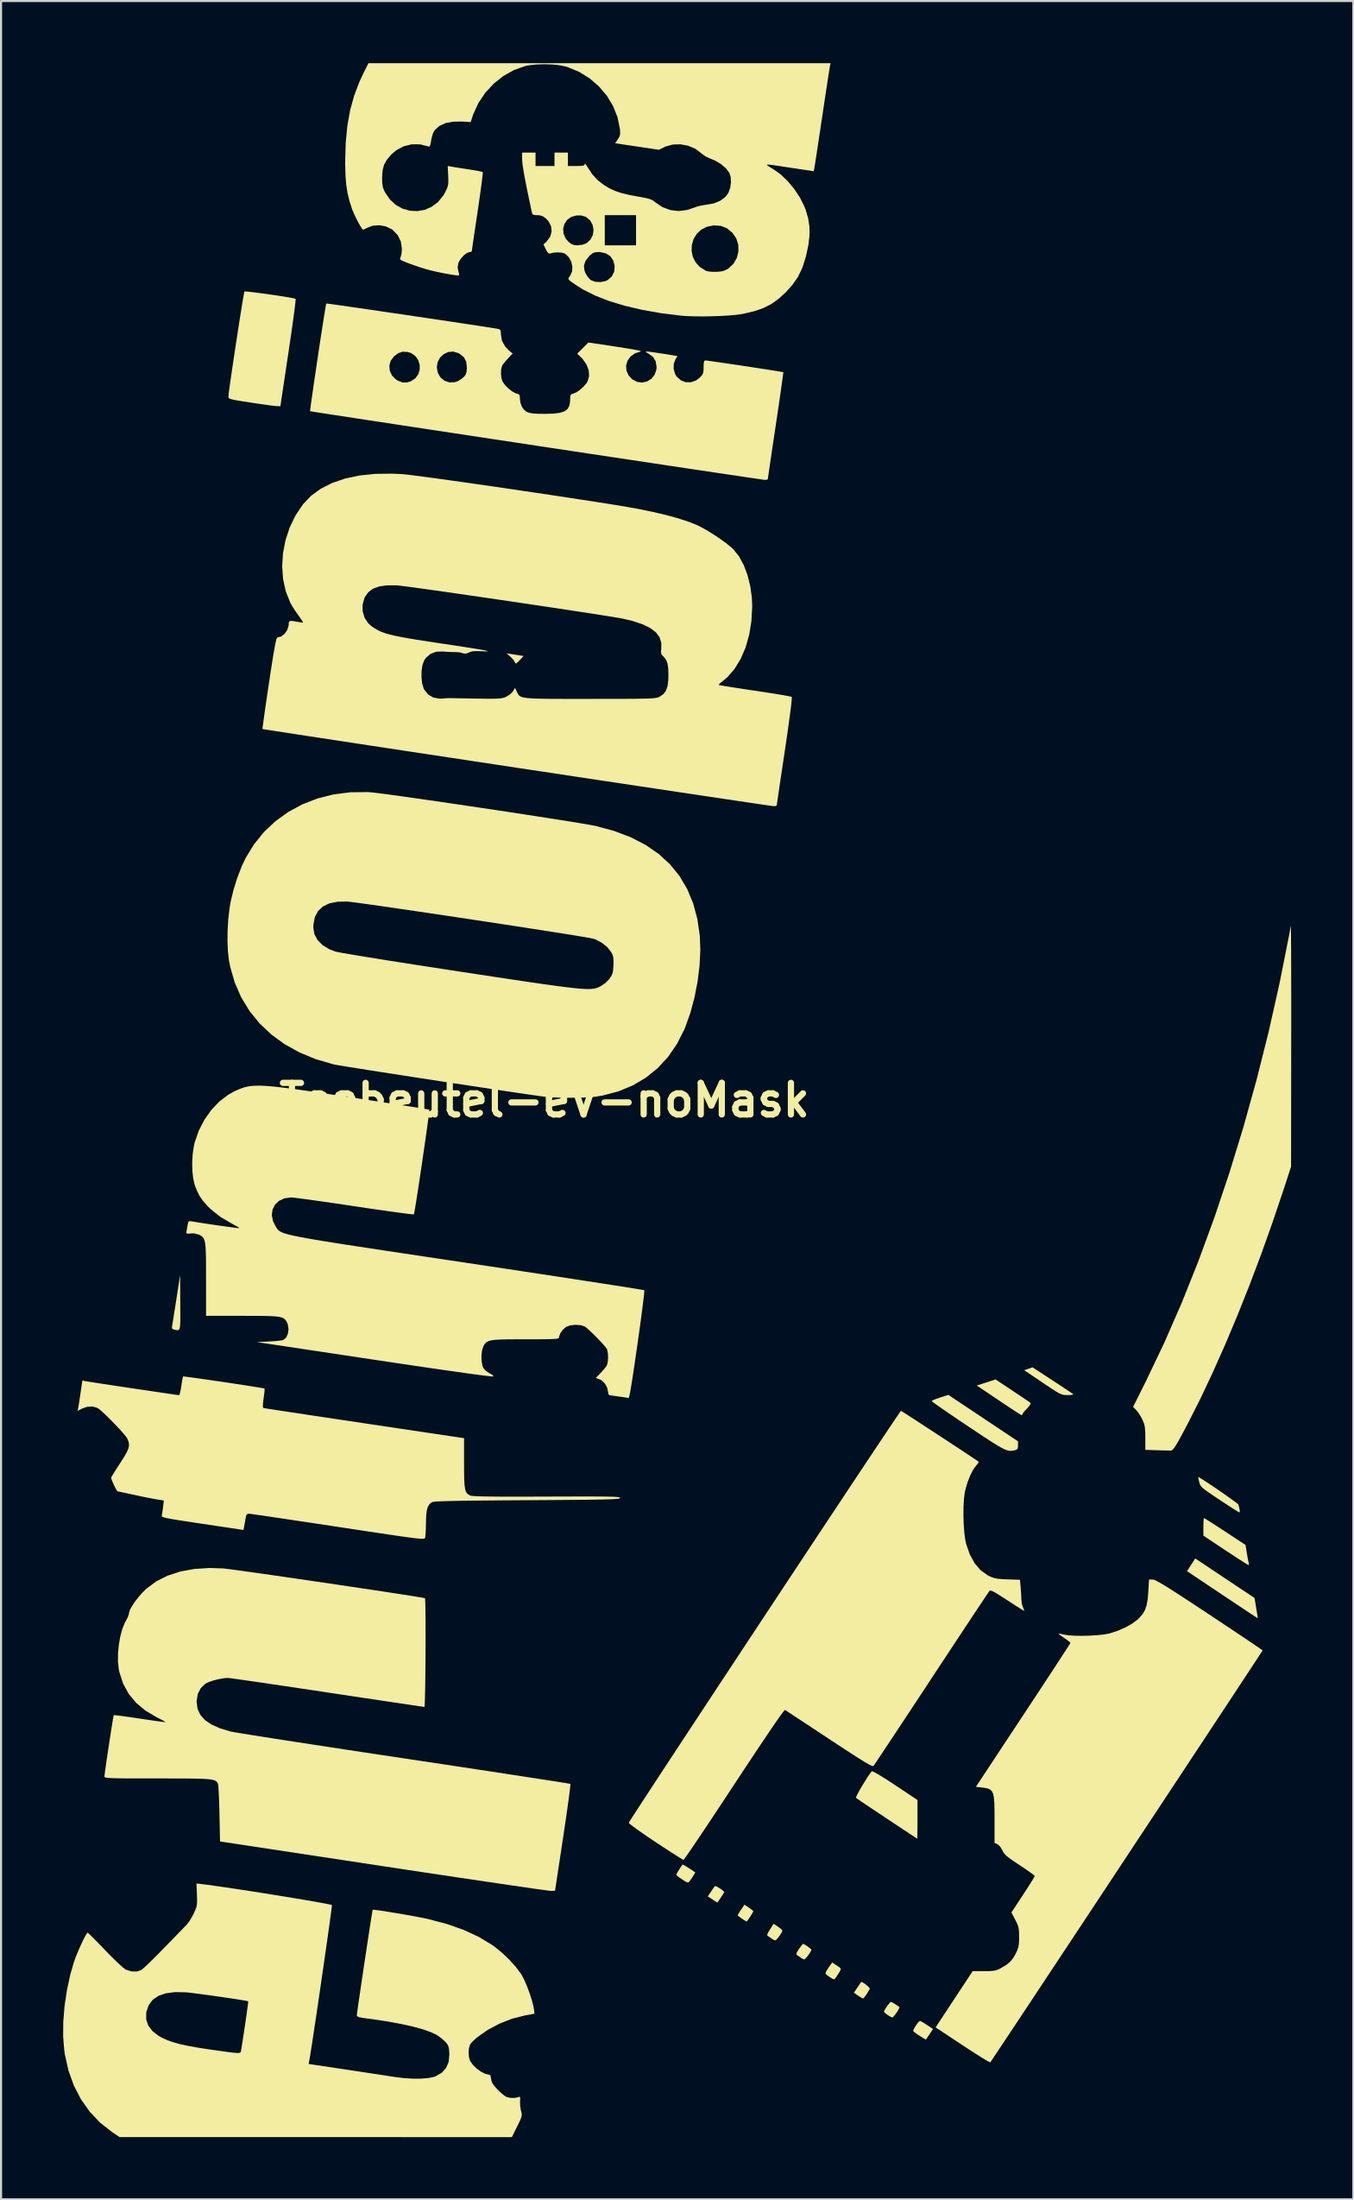
<source format=kicad_pcb>
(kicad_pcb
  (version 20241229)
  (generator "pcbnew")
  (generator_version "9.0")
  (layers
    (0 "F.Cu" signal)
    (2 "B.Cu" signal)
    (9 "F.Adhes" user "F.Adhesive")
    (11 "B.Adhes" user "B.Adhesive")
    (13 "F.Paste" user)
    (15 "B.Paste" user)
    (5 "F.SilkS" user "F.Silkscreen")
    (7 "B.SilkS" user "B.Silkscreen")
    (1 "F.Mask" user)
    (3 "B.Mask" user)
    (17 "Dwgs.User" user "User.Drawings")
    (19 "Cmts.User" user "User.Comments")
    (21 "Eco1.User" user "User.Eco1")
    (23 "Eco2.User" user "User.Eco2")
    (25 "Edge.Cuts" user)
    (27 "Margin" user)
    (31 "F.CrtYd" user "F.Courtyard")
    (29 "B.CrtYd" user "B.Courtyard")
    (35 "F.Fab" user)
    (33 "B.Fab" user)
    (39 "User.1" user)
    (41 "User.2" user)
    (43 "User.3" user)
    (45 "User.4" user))
  (footprint "Teebeutel-eV-noMask"
    (layer "F.Cu")
    (at 23.24 50.045)
    (property "Reference" "Teebeutel-eV-noMask" (at 0 0 0) (layer "F.SilkS") (effects (font (size 1.524 1.524) (thickness 0.3))))
    (attr board_only exclude_from_pos_files exclude_from_bom)
    (fp_poly (pts (xy 20.315 -29.523) (xy 20.525 -29.501) (xy 20.654 -29.484) (xy 21.167 -29.416) (xy 21.153 -29.066) (xy 21.139 -28.86) (xy 21.118 -28.68) (xy 21.099 -28.582) (xy 21.059 -28.447) (xy 20.478 -28.524) (xy 20.219 -28.561) (xy 20.05 -28.592) (xy 19.956 -28.623) (xy 19.921 -28.658) (xy 19.922 -28.685) (xy 19.94 -28.78) (xy 19.962 -28.946) (xy 19.984 -29.139) (xy 20.01 -29.326) (xy 20.045 -29.467) (xy 20.081 -29.53) (xy 20.081 -29.53) (xy 20.158 -29.533)) (stroke (width 0) (type solid)) (fill yes) (layer "F.Mask"))
    (fp_poly (pts (xy 15.646 -30.181) (xy 15.834 -30.16) (xy 16.044 -30.132) (xy 16.248 -30.102) (xy 16.418 -30.074) (xy 16.526 -30.05) (xy 16.547 -30.042) (xy 16.559 -29.981) (xy 16.556 -29.845) (xy 16.541 -29.664) (xy 16.52 -29.468) (xy 16.493 -29.289) (xy 16.466 -29.157) (xy 16.444 -29.105) (xy 16.384 -29.105) (xy 16.241 -29.119) (xy 16.039 -29.143) (xy 15.868 -29.166) (xy 15.619 -29.203) (xy 15.458 -29.234) (xy 15.367 -29.265) (xy 15.326 -29.304) (xy 15.316 -29.356) (xy 15.316 -29.358) (xy 15.324 -29.467) (xy 15.345 -29.631) (xy 15.373 -29.818) (xy 15.403 -29.995) (xy 15.43 -30.13) (xy 15.449 -30.189) (xy 15.508 -30.192)) (stroke (width 0) (type solid)) (fill yes) (layer "F.Mask"))
    (fp_poly (pts (xy 17.639 -34.439) (xy 17.824 -34.415) (xy 18.03 -34.386) (xy 18.229 -34.354) (xy 18.392 -34.323) (xy 18.492 -34.299) (xy 18.505 -34.293) (xy 18.524 -34.257) (xy 18.536 -34.169) (xy 18.542 -34.019) (xy 18.541 -33.798) (xy 18.534 -33.497) (xy 18.52 -33.104) (xy 18.505 -32.752) (xy 18.487 -32.342) (xy 18.469 -31.95) (xy 18.451 -31.594) (xy 18.434 -31.293) (xy 18.42 -31.065) (xy 18.41 -30.928) (xy 18.397 -30.754) (xy 18.4 -30.665) (xy 18.42 -30.663) (xy 18.458 -30.751) (xy 18.515 -30.931) (xy 18.591 -31.207) (xy 18.688 -31.581) (xy 18.806 -32.056) (xy 18.899 -32.438) (xy 19 -32.852) (xy 19.093 -33.232) (xy 19.176 -33.565) (xy 19.244 -33.838) (xy 19.296 -34.04) (xy 19.328 -34.157) (xy 19.336 -34.183) (xy 19.394 -34.185) (xy 19.53 -34.173) (xy 19.716 -34.15) (xy 19.922 -34.121) (xy 20.121 -34.09) (xy 20.284 -34.061) (xy 20.383 -34.037) (xy 20.388 -34.035) (xy 20.404 -34.015) (xy 20.409 -33.966) (xy 20.399 -33.88) (xy 20.375 -33.749) (xy 20.332 -33.566) (xy 20.27 -33.321) (xy 20.187 -33.007) (xy 20.081 -32.616) (xy 19.948 -32.14) (xy 19.789 -31.571) (xy 19.737 -31.386) (xy 19.001 -28.77) (xy 18.844 -28.762) (xy 18.719 -28.766) (xy 18.524 -28.785) (xy 18.292 -28.815) (xy 18.201 -28.828) (xy 17.961 -28.865) (xy 17.743 -28.9) (xy 17.583 -28.926) (xy 17.545 -28.932) (xy 17.375 -28.962) (xy 17.404 -31.698) (xy 17.41 -32.23) (xy 17.416 -32.729) (xy 17.422 -33.184) (xy 17.427 -33.584) (xy 17.433 -33.921) (xy 17.438 -34.183) (xy 17.442 -34.361) (xy 17.445 -34.444) (xy 17.446 -34.448) (xy 17.503 -34.451)) (stroke (width 0) (type solid)) (fill yes) (layer "F.Mask"))
    (fp_poly (pts (xy 13.828 -34.668) (xy 13.905 -34.665) (xy 14.361 -34.608) (xy 14.732 -34.485) (xy 15.017 -34.298) (xy 15.217 -34.044) (xy 15.334 -33.723) (xy 15.368 -33.381) (xy 15.361 -33.181) (xy 15.339 -32.913) (xy 15.307 -32.616) (xy 15.278 -32.397) (xy 15.246 -32.163) (xy 15.22 -31.991) (xy 15.183 -31.875) (xy 15.12 -31.805) (xy 15.017 -31.776) (xy 14.856 -31.779) (xy 14.624 -31.808) (xy 14.304 -31.854) (xy 14.184 -31.871) (xy 13.909 -31.908) (xy 13.675 -31.938) (xy 13.501 -31.958) (xy 13.407 -31.966) (xy 13.396 -31.965) (xy 13.383 -31.909) (xy 13.36 -31.768) (xy 13.328 -31.561) (xy 13.291 -31.311) (xy 13.289 -31.294) (xy 13.251 -31.016) (xy 13.229 -30.824) (xy 13.223 -30.695) (xy 13.234 -30.607) (xy 13.261 -30.541) (xy 13.286 -30.499) (xy 13.411 -30.388) (xy 13.558 -30.368) (xy 13.697 -30.441) (xy 13.711 -30.456) (xy 13.788 -30.588) (xy 13.857 -30.781) (xy 13.903 -30.989) (xy 13.914 -31.116) (xy 13.921 -31.237) (xy 13.954 -31.315) (xy 14.028 -31.355) (xy 14.162 -31.364) (xy 14.374 -31.346) (xy 14.557 -31.325) (xy 15.109 -31.256) (xy 15.073 -30.965) (xy 14.982 -30.489) (xy 14.836 -30.105) (xy 14.635 -29.811) (xy 14.375 -29.606) (xy 14.055 -29.485) (xy 13.674 -29.447) (xy 13.419 -29.465) (xy 13.156 -29.506) (xy 12.988 -29.548) (xy 12.642 -29.695) (xy 12.385 -29.892) (xy 12.21 -30.147) (xy 12.111 -30.472) (xy 12.08 -30.86) (xy 12.089 -31.042) (xy 12.112 -31.308) (xy 12.147 -31.636) (xy 12.191 -32.004) (xy 12.242 -32.389) (xy 12.284 -32.687) (xy 13.474 -32.687) (xy 13.68 -32.666) (xy 13.895 -32.643) (xy 14.026 -32.642) (xy 14.099 -32.68) (xy 14.136 -32.774) (xy 14.163 -32.942) (xy 14.174 -33.019) (xy 14.206 -33.349) (xy 14.188 -33.587) (xy 14.119 -33.738) (xy 13.998 -33.807) (xy 13.938 -33.813) (xy 13.799 -33.763) (xy 13.678 -33.629) (xy 13.592 -33.437) (xy 13.567 -33.326) (xy 13.537 -33.118) (xy 13.506 -32.909) (xy 13.505 -32.899) (xy 13.474 -32.687) (xy 12.284 -32.687) (xy 12.295 -32.769) (xy 12.349 -33.122) (xy 12.399 -33.426) (xy 12.444 -33.659) (xy 12.465 -33.748) (xy 12.607 -34.082) (xy 12.833 -34.353) (xy 13.135 -34.549) (xy 13.14 -34.552) (xy 13.303 -34.62) (xy 13.446 -34.658) (xy 13.608 -34.672)) (stroke (width 0) (type solid)) (fill yes) (layer "F.Mask"))
    (fp_poly (pts (xy -1.629 -21.533) (xy -1.432 -21.503) (xy -1.228 -21.47) (xy -1.218 -21.469) (xy -1.008 -21.435) (xy -1.2 -21.231) (xy -1.314 -21.116) (xy -1.377 -21.073) (xy -1.411 -21.093) (xy -1.427 -21.134) (xy -1.488 -21.235) (xy -1.599 -21.359) (xy -1.645 -21.402) (xy -1.829 -21.564)) (stroke (width 0) (type solid)) (fill yes) (layer "F.SilkS"))
    (fp_poly (pts (xy 15.345 42.566) (xy 15.444 42.626) (xy 15.558 42.713) (xy 15.656 42.804) (xy 15.709 42.875) (xy 15.709 42.893) (xy 15.568 43.124) (xy 15.46 43.28) (xy 15.393 43.351) (xy 15.382 43.355) (xy 15.317 43.325) (xy 15.2 43.252) (xy 15.142 43.214) (xy 14.941 43.076) (xy 15.11 42.826) (xy 15.205 42.686) (xy 15.272 42.588) (xy 15.292 42.558)) (stroke (width 0) (type solid)) (fill yes) (layer "F.SilkS"))
    (fp_poly (pts (xy 32.855 23.072) (xy 34.287 24.025) (xy 34.367 24.51) (xy 34.402 24.724) (xy 34.427 24.891) (xy 34.44 24.987) (xy 34.44 25.002) (xy 34.395 24.975) (xy 34.271 24.894) (xy 34.076 24.765) (xy 33.821 24.597) (xy 33.516 24.394) (xy 33.17 24.163) (xy 32.793 23.912) (xy 32.73 23.87) (xy 31.027 22.731) (xy 31.225 22.424) (xy 31.424 22.118)) (stroke (width 0) (type solid)) (fill yes) (layer "F.SilkS"))
    (fp_poly (pts (xy 11.275 39.889) (xy 11.4 39.981) (xy 11.476 40.055) (xy 11.487 40.077) (xy 11.457 40.16) (xy 11.383 40.282) (xy 11.29 40.41) (xy 11.202 40.511) (xy 11.143 40.552) (xy 11.142 40.552) (xy 11.056 40.52) (xy 10.974 40.467) (xy 10.859 40.384) (xy 10.79 40.34) (xy 10.756 40.299) (xy 10.773 40.223) (xy 10.845 40.091) (xy 10.888 40.023) (xy 11.064 39.749)) (stroke (width 0) (type solid)) (fill yes) (layer "F.SilkS"))
    (fp_poly (pts (xy 14.122 41.769) (xy 14.232 41.84) (xy 14.293 41.893) (xy 14.305 41.952) (xy 14.265 42.042) (xy 14.174 42.186) (xy 14.096 42.306) (xy 14.033 42.396) (xy 13.976 42.427) (xy 13.896 42.399) (xy 13.761 42.311) (xy 13.739 42.296) (xy 13.618 42.208) (xy 13.572 42.146) (xy 13.588 42.076) (xy 13.623 42.013) (xy 13.72 41.861) (xy 13.803 41.744) (xy 13.896 41.62)) (stroke (width 0) (type solid)) (fill yes) (layer "F.SilkS"))
    (fp_poly (pts (xy 6.718 36.908) (xy 6.832 36.972) (xy 6.985 37.069) (xy 7.284 37.268) (xy 7.196 37.418) (xy 7.101 37.565) (xy 7.018 37.679) (xy 6.967 37.738) (xy 6.916 37.755) (xy 6.838 37.726) (xy 6.707 37.646) (xy 6.647 37.607) (xy 6.499 37.505) (xy 6.397 37.423) (xy 6.363 37.383) (xy 6.39 37.324) (xy 6.456 37.21) (xy 6.541 37.075) (xy 6.622 36.953) (xy 6.668 36.892)) (stroke (width 0) (type solid)) (fill yes) (layer "F.SilkS"))
    (fp_poly (pts (xy 9.871 38.971) (xy 9.996 39.059) (xy 10.073 39.123) (xy 10.085 39.14) (xy 10.058 39.201) (xy 9.992 39.314) (xy 9.907 39.445) (xy 9.827 39.561) (xy 9.771 39.63) (xy 9.76 39.637) (xy 9.702 39.609) (xy 9.59 39.539) (xy 9.531 39.5) (xy 9.41 39.412) (xy 9.338 39.349) (xy 9.33 39.335) (xy 9.358 39.278) (xy 9.43 39.162) (xy 9.493 39.068) (xy 9.657 38.829)) (stroke (width 0) (type solid)) (fill yes) (layer "F.SilkS"))
    (fp_poly (pts (xy 18.194 44.464) (xy 18.321 44.537) (xy 18.469 44.632) (xy 18.763 44.827) (xy 18.595 45.077) (xy 18.502 45.215) (xy 18.438 45.309) (xy 18.42 45.336) (xy 18.376 45.315) (xy 18.265 45.25) (xy 18.119 45.159) (xy 17.964 45.056) (xy 17.851 44.971) (xy 17.806 44.924) (xy 17.824 44.853) (xy 17.887 44.733) (xy 17.973 44.602) (xy 18.059 44.492) (xy 18.122 44.438) (xy 18.128 44.437)) (stroke (width 0) (type solid)) (fill yes) (layer "F.SilkS"))
    (fp_poly (pts (xy -17.586 9.774) (xy -17.584 10.193) (xy -17.583 10.515) (xy -17.587 10.754) (xy -17.598 10.92) (xy -17.619 11.025) (xy -17.652 11.082) (xy -17.7 11.102) (xy -17.767 11.097) (xy -17.854 11.078) (xy -17.889 11.071) (xy -17.973 11.034) (xy -17.987 10.945) (xy -17.98 10.903) (xy -17.964 10.808) (xy -17.934 10.625) (xy -17.893 10.37) (xy -17.845 10.063) (xy -17.791 9.721) (xy -17.772 9.599) (xy -17.592 8.44)) (stroke (width 0) (type solid)) (fill yes) (layer "F.SilkS"))
    (fp_poly (pts (xy 8.31 37.946) (xy 8.438 38.021) (xy 8.461 38.036) (xy 8.589 38.126) (xy 8.669 38.193) (xy 8.682 38.212) (xy 8.655 38.266) (xy 8.588 38.374) (xy 8.502 38.504) (xy 8.419 38.625) (xy 8.359 38.705) (xy 8.343 38.72) (xy 8.296 38.693) (xy 8.188 38.624) (xy 8.109 38.572) (xy 7.886 38.424) (xy 8.018 38.235) (xy 8.111 38.097) (xy 8.183 37.988) (xy 8.195 37.968) (xy 8.237 37.93)) (stroke (width 0) (type solid)) (fill yes) (layer "F.SilkS"))
    (fp_poly (pts (xy 24.524 13.518) (xy 24.811 13.706) (xy 25.069 13.876) (xy 25.283 14.018) (xy 25.439 14.123) (xy 25.523 14.182) (xy 25.532 14.189) (xy 25.513 14.215) (xy 25.405 14.23) (xy 25.262 14.234) (xy 25.151 14.231) (xy 25.054 14.22) (xy 24.958 14.193) (xy 24.845 14.142) (xy 24.701 14.059) (xy 24.508 13.936) (xy 24.252 13.765) (xy 24.054 13.632) (xy 23.165 13.033) (xy 23.367 12.964) (xy 23.568 12.894)) (stroke (width 0) (type solid)) (fill yes) (layer "F.SilkS"))
    (fp_poly (pts (xy 12.555 40.744) (xy 12.665 40.813) (xy 12.78 40.896) (xy 12.866 40.969) (xy 12.888 41) (xy 12.859 41.079) (xy 12.785 41.2) (xy 12.692 41.327) (xy 12.604 41.428) (xy 12.545 41.469) (xy 12.545 41.469) (xy 12.458 41.437) (xy 12.376 41.384) (xy 12.262 41.302) (xy 12.194 41.258) (xy 12.162 41.215) (xy 12.185 41.135) (xy 12.268 40.998) (xy 12.291 40.965) (xy 12.388 40.829) (xy 12.461 40.738) (xy 12.488 40.715)) (stroke (width 0) (type solid)) (fill yes) (layer "F.SilkS"))
    (fp_poly (pts (xy 16.805 43.549) (xy 16.935 43.626) (xy 17.091 43.732) (xy 17.142 43.769) (xy 17.131 43.821) (xy 17.074 43.926) (xy 16.99 44.053) (xy 16.901 44.173) (xy 16.828 44.254) (xy 16.799 44.271) (xy 16.722 44.241) (xy 16.601 44.171) (xy 16.57 44.15) (xy 16.458 44.065) (xy 16.398 44.001) (xy 16.395 43.99) (xy 16.423 43.914) (xy 16.495 43.796) (xy 16.586 43.668) (xy 16.671 43.565) (xy 16.728 43.52) (xy 16.73 43.52)) (stroke (width 0) (type solid)) (fill yes) (layer "F.SilkS"))
    (fp_poly (pts (xy 22.607 14.026) (xy 22.872 14.202) (xy 23.107 14.36) (xy 23.296 14.489) (xy 23.425 14.578) (xy 23.477 14.616) (xy 23.467 14.673) (xy 23.395 14.777) (xy 23.302 14.879) (xy 23.182 15.007) (xy 23.102 15.11) (xy 23.081 15.154) (xy 23.05 15.203) (xy 23.041 15.204) (xy 22.986 15.174) (xy 22.856 15.092) (xy 22.661 14.967) (xy 22.416 14.806) (xy 22.134 14.618) (xy 21.937 14.486) (xy 20.875 13.772) (xy 21.328 13.625) (xy 21.782 13.477)) (stroke (width 0) (type solid)) (fill yes) (layer "F.SilkS"))
    (fp_poly (pts (xy 31.898 20.197) (xy 32.026 20.276) (xy 32.218 20.398) (xy 32.459 20.553) (xy 32.737 20.734) (xy 32.864 20.817) (xy 33.852 21.465) (xy 33.919 21.879) (xy 33.954 22.086) (xy 33.987 22.255) (xy 34.01 22.355) (xy 34.013 22.363) (xy 34.012 22.426) (xy 33.994 22.433) (xy 33.938 22.404) (xy 33.805 22.323) (xy 33.609 22.199) (xy 33.362 22.04) (xy 33.077 21.853) (xy 32.882 21.725) (xy 31.817 21.017) (xy 31.817 20.593) (xy 31.821 20.395) (xy 31.83 20.246) (xy 31.843 20.173) (xy 31.846 20.169)) (stroke (width 0) (type solid)) (fill yes) (layer "F.SilkS"))
    (fp_poly (pts (xy 21.183 15.344) (xy 22.865 16.465) (xy 22.865 16.666) (xy 22.855 16.801) (xy 22.807 16.866) (xy 22.697 16.9) (xy 22.599 16.917) (xy 22.508 16.924) (xy 22.414 16.916) (xy 22.308 16.888) (xy 22.179 16.834) (xy 22.018 16.749) (xy 21.814 16.629) (xy 21.559 16.469) (xy 21.242 16.262) (xy 20.853 16.005) (xy 20.466 15.747) (xy 20.076 15.486) (xy 19.716 15.243) (xy 19.396 15.024) (xy 19.125 14.837) (xy 18.912 14.687) (xy 18.767 14.581) (xy 18.7 14.526) (xy 18.696 14.52) (xy 18.749 14.485) (xy 18.879 14.43) (xy 19.06 14.365) (xy 19.103 14.351) (xy 19.5 14.222)) (stroke (width 0) (type solid)) (fill yes) (layer "F.SilkS"))
    (fp_poly (pts (xy 31.618 18.21) (xy 31.74 18.283) (xy 31.918 18.398) (xy 32.138 18.542) (xy 32.383 18.707) (xy 32.637 18.881) (xy 32.885 19.054) (xy 33.112 19.214) (xy 33.301 19.352) (xy 33.438 19.455) (xy 33.506 19.515) (xy 33.51 19.522) (xy 33.561 19.728) (xy 33.576 19.858) (xy 33.558 19.898) (xy 33.502 19.869) (xy 33.371 19.789) (xy 33.179 19.667) (xy 32.939 19.512) (xy 32.666 19.332) (xy 32.599 19.288) (xy 32.29 19.081) (xy 32.058 18.923) (xy 31.891 18.803) (xy 31.778 18.71) (xy 31.705 18.634) (xy 31.661 18.563) (xy 31.632 18.487) (xy 31.619 18.44) (xy 31.584 18.296) (xy 31.567 18.205) (xy 31.568 18.19)) (stroke (width 0) (type solid)) (fill yes) (layer "F.SilkS"))
    (fp_poly (pts (xy 15.863 32.402) (xy 16 32.472) (xy 16.207 32.593) (xy 16.475 32.759) (xy 16.795 32.966) (xy 16.932 33.057) (xy 18.012 33.775) (xy 18.012 34.711) (xy 18.011 35.014) (xy 18.009 35.276) (xy 18.006 35.479) (xy 18.002 35.606) (xy 17.998 35.642) (xy 17.952 35.612) (xy 17.826 35.529) (xy 17.632 35.401) (xy 17.381 35.235) (xy 17.082 35.037) (xy 16.747 34.815) (xy 16.536 34.675) (xy 16.183 34.44) (xy 15.857 34.223) (xy 15.572 34.032) (xy 15.337 33.873) (xy 15.163 33.754) (xy 15.062 33.684) (xy 15.041 33.668) (xy 15.055 33.612) (xy 15.116 33.487) (xy 15.211 33.312) (xy 15.329 33.108) (xy 15.458 32.896) (xy 15.585 32.695) (xy 15.698 32.526) (xy 15.785 32.409) (xy 15.804 32.388)) (stroke (width 0) (type solid)) (fill yes) (layer "F.SilkS"))
    (fp_poly (pts (xy -14.279 -39.016) (xy -14.062 -38.991) (xy -13.793 -38.957) (xy -13.491 -38.916) (xy -13.176 -38.872) (xy -12.865 -38.826) (xy -12.577 -38.781) (xy -12.33 -38.74) (xy -12.143 -38.706) (xy -12.034 -38.68) (xy -12.015 -38.673) (xy -12.016 -38.614) (xy -12.031 -38.46) (xy -12.06 -38.219) (xy -12.101 -37.904) (xy -12.153 -37.524) (xy -12.214 -37.089) (xy -12.284 -36.61) (xy -12.36 -36.098) (xy -12.365 -36.064) (xy -12.752 -33.489) (xy -12.942 -33.496) (xy -13.053 -33.507) (xy -13.251 -33.531) (xy -13.516 -33.568) (xy -13.827 -33.613) (xy -14.165 -33.664) (xy -14.196 -33.668) (xy -14.558 -33.725) (xy -14.827 -33.768) (xy -15.017 -33.804) (xy -15.141 -33.834) (xy -15.214 -33.863) (xy -15.249 -33.896) (xy -15.26 -33.935) (xy -15.26 -33.971) (xy -15.252 -34.062) (xy -15.229 -34.242) (xy -15.194 -34.499) (xy -15.148 -34.82) (xy -15.094 -35.193) (xy -15.033 -35.604) (xy -14.967 -36.041) (xy -14.899 -36.49) (xy -14.83 -36.94) (xy -14.762 -37.377) (xy -14.698 -37.789) (xy -14.638 -38.163) (xy -14.586 -38.485) (xy -14.543 -38.743) (xy -14.51 -38.925) (xy -14.491 -39.018) (xy -14.488 -39.027) (xy -14.428 -39.028)) (stroke (width 0) (type solid)) (fill yes) (layer "F.SilkS"))
    (fp_poly (pts (xy 36.042 -8.378) (xy 36.045 -8.243) (xy 36.048 -8.012) (xy 36.05 -7.695) (xy 36.053 -7.296) (xy 36.054 -6.822) (xy 36.056 -6.282) (xy 36.057 -5.68) (xy 36.058 -5.024) (xy 36.058 -4.32) (xy 36.058 -3.576) (xy 36.057 -2.798) (xy 36.057 -2.669) (xy 36.051 3.209) (xy 35.683 4.336) (xy 35.162 5.88) (xy 34.617 7.409) (xy 34.051 8.909) (xy 33.469 10.369) (xy 32.878 11.776) (xy 32.281 13.117) (xy 31.685 14.381) (xy 31.094 15.554) (xy 30.877 15.963) (xy 30.699 16.292) (xy 30.562 16.536) (xy 30.458 16.708) (xy 30.379 16.819) (xy 30.318 16.882) (xy 30.265 16.907) (xy 30.245 16.91) (xy 30.138 16.909) (xy 29.954 16.905) (xy 29.722 16.899) (xy 29.566 16.894) (xy 29.013 16.876) (xy 29.013 16.298) (xy 29.009 16.023) (xy 28.996 15.825) (xy 28.969 15.671) (xy 28.921 15.53) (xy 28.875 15.423) (xy 28.77 15.228) (xy 28.65 15.048) (xy 28.58 14.964) (xy 28.423 14.801) (xy 29.056 13.535) (xy 29.933 11.698) (xy 30.777 9.766) (xy 31.583 7.749) (xy 32.351 5.657) (xy 33.075 3.498) (xy 33.755 1.281) (xy 34.386 -0.985) (xy 34.966 -3.29) (xy 35.491 -5.625) (xy 35.96 -7.982) (xy 36.039 -8.413)) (stroke (width 0) (type solid)) (fill yes) (layer "F.SilkS"))
    (fp_poly (pts (xy 29.425 23.145) (xy 29.509 23.179) (xy 29.629 23.24) (xy 29.791 23.332) (xy 30.002 23.459) (xy 30.269 23.627) (xy 30.597 23.837) (xy 30.995 24.096) (xy 31.467 24.406) (xy 32.021 24.772) (xy 32.112 24.831) (xy 32.583 25.144) (xy 33.026 25.438) (xy 33.433 25.71) (xy 33.796 25.953) (xy 34.108 26.163) (xy 34.359 26.333) (xy 34.542 26.459) (xy 34.65 26.535) (xy 34.676 26.556) (xy 34.646 26.603) (xy 34.561 26.735) (xy 34.422 26.947) (xy 34.234 27.233) (xy 33.999 27.59) (xy 33.721 28.013) (xy 33.403 28.495) (xy 33.049 29.033) (xy 32.661 29.62) (xy 32.243 30.254) (xy 31.798 30.928) (xy 31.329 31.637) (xy 30.841 32.377) (xy 30.335 33.142) (xy 29.816 33.928) (xy 29.286 34.729) (xy 28.748 35.542) (xy 28.207 36.36) (xy 27.666 37.179) (xy 27.127 37.994) (xy 26.594 38.799) (xy 26.07 39.591) (xy 25.558 40.364) (xy 25.062 41.113) (xy 24.585 41.833) (xy 24.131 42.519) (xy 23.702 43.166) (xy 23.302 43.77) (xy 22.934 44.325) (xy 22.601 44.826) (xy 22.307 45.269) (xy 22.054 45.648) (xy 21.847 45.959) (xy 21.689 46.197) (xy 21.582 46.356) (xy 21.53 46.431) (xy 21.526 46.437) (xy 21.474 46.417) (xy 21.343 46.344) (xy 21.146 46.225) (xy 20.895 46.067) (xy 20.599 45.878) (xy 20.272 45.665) (xy 20.189 45.61) (xy 18.887 44.75) (xy 20.676 42.034) (xy 21.218 42.035) (xy 21.483 42.033) (xy 21.671 42.019) (xy 21.813 41.99) (xy 21.94 41.941) (xy 22.003 41.909) (xy 22.281 41.747) (xy 22.483 41.585) (xy 22.638 41.396) (xy 22.753 41.193) (xy 22.837 41.013) (xy 22.887 40.86) (xy 22.911 40.692) (xy 22.919 40.469) (xy 22.919 40.387) (xy 22.916 40.146) (xy 22.898 39.971) (xy 22.858 39.823) (xy 22.786 39.661) (xy 22.734 39.558) (xy 22.548 39.202) (xy 23.111 38.346) (xy 23.287 38.076) (xy 23.441 37.836) (xy 23.563 37.641) (xy 23.643 37.505) (xy 23.674 37.444) (xy 23.674 37.444) (xy 23.631 37.4) (xy 23.513 37.309) (xy 23.334 37.182) (xy 23.11 37.029) (xy 22.946 36.92) (xy 22.666 36.735) (xy 22.463 36.592) (xy 22.32 36.481) (xy 22.224 36.387) (xy 22.159 36.297) (xy 22.113 36.207) (xy 22.013 36.036) (xy 21.897 35.922) (xy 21.871 35.908) (xy 21.733 35.845) (xy 21.733 34.718) (xy 21.731 34.281) (xy 21.724 33.939) (xy 21.704 33.679) (xy 21.669 33.491) (xy 21.611 33.36) (xy 21.528 33.274) (xy 21.412 33.222) (xy 21.26 33.19) (xy 21.107 33.17) (xy 20.832 33.139) (xy 23.113 29.687) (xy 23.475 29.138) (xy 23.82 28.614) (xy 24.143 28.124) (xy 24.439 27.673) (xy 24.704 27.269) (xy 24.932 26.919) (xy 25.12 26.63) (xy 25.263 26.409) (xy 25.356 26.263) (xy 25.395 26.198) (xy 25.396 26.196) (xy 25.357 26.148) (xy 25.249 26.062) (xy 25.103 25.959) (xy 24.955 25.857) (xy 24.853 25.78) (xy 24.821 25.745) (xy 24.878 25.748) (xy 25.003 25.773) (xy 25.078 25.791) (xy 25.299 25.826) (xy 25.597 25.846) (xy 25.945 25.852) (xy 26.314 25.843) (xy 26.675 25.822) (xy 26.999 25.788) (xy 27.258 25.742) (xy 27.295 25.733) (xy 27.686 25.605) (xy 28.063 25.439) (xy 28.397 25.25) (xy 28.658 25.052) (xy 28.696 25.016) (xy 28.868 24.821) (xy 28.991 24.617) (xy 29.075 24.379) (xy 29.128 24.083) (xy 29.157 23.732) (xy 29.191 23.135) (xy 29.37 23.135)) (stroke (width 0) (type solid)) (fill yes) (layer "F.SilkS"))
    (fp_poly (pts (xy 17.262 15.022) (xy 17.389 15.102) (xy 17.583 15.226) (xy 17.832 15.388) (xy 18.126 15.578) (xy 18.452 15.791) (xy 18.799 16.017) (xy 19.156 16.251) (xy 19.511 16.483) (xy 19.852 16.708) (xy 20.169 16.916) (xy 20.449 17.101) (xy 20.681 17.256) (xy 20.853 17.371) (xy 20.955 17.441) (xy 20.974 17.455) (xy 20.956 17.502) (xy 20.882 17.593) (xy 20.856 17.621) (xy 20.708 17.821) (xy 20.564 18.099) (xy 20.434 18.426) (xy 20.332 18.771) (xy 20.296 18.935) (xy 20.257 19.234) (xy 20.235 19.602) (xy 20.231 20.009) (xy 20.242 20.425) (xy 20.269 20.821) (xy 20.31 21.165) (xy 20.359 21.409) (xy 20.537 21.921) (xy 20.771 22.348) (xy 21.058 22.684) (xy 21.398 22.929) (xy 21.455 22.958) (xy 21.608 23.027) (xy 21.751 23.072) (xy 21.917 23.101) (xy 22.136 23.118) (xy 22.359 23.127) (xy 22.959 23.146) (xy 22.993 23.505) (xy 23.011 23.734) (xy 23.023 23.96) (xy 23.027 24.095) (xy 23.047 24.284) (xy 23.096 24.457) (xy 23.109 24.486) (xy 23.156 24.593) (xy 23.162 24.644) (xy 23.159 24.645) (xy 23.106 24.617) (xy 22.977 24.539) (xy 22.79 24.42) (xy 22.558 24.271) (xy 22.341 24.129) (xy 22.047 23.939) (xy 21.83 23.804) (xy 21.677 23.718) (xy 21.576 23.676) (xy 21.515 23.669) (xy 21.488 23.684) (xy 21.45 23.739) (xy 21.356 23.877) (xy 21.212 24.092) (xy 21.021 24.379) (xy 20.787 24.729) (xy 20.516 25.138) (xy 20.212 25.598) (xy 19.877 26.104) (xy 19.518 26.648) (xy 19.138 27.224) (xy 18.741 27.826) (xy 18.688 27.908) (xy 18.289 28.513) (xy 17.906 29.093) (xy 17.544 29.641) (xy 17.206 30.152) (xy 16.897 30.619) (xy 16.622 31.034) (xy 16.383 31.393) (xy 16.186 31.688) (xy 16.035 31.913) (xy 15.935 32.062) (xy 15.888 32.128) (xy 15.886 32.13) (xy 15.855 32.137) (xy 15.792 32.118) (xy 15.691 32.07) (xy 15.543 31.987) (xy 15.343 31.866) (xy 15.083 31.703) (xy 14.756 31.493) (xy 14.356 31.232) (xy 13.875 30.916) (xy 13.747 30.832) (xy 13.323 30.552) (xy 12.924 30.289) (xy 12.562 30.051) (xy 12.245 29.842) (xy 11.982 29.669) (xy 11.783 29.538) (xy 11.657 29.456) (xy 11.614 29.428) (xy 11.573 29.466) (xy 11.475 29.592) (xy 11.323 29.803) (xy 11.118 30.097) (xy 10.861 30.472) (xy 10.556 30.925) (xy 10.203 31.453) (xy 9.804 32.054) (xy 9.361 32.724) (xy 9.16 33.029) (xy 8.788 33.593) (xy 8.433 34.131) (xy 8.099 34.635) (xy 7.79 35.098) (xy 7.511 35.515) (xy 7.266 35.877) (xy 7.061 36.18) (xy 6.899 36.415) (xy 6.785 36.576) (xy 6.723 36.657) (xy 6.714 36.665) (xy 6.657 36.635) (xy 6.522 36.554) (xy 6.32 36.427) (xy 6.065 36.264) (xy 5.767 36.07) (xy 5.438 35.854) (xy 5.366 35.806) (xy 5.034 35.584) (xy 4.734 35.379) (xy 4.476 35.197) (xy 4.273 35.048) (xy 4.135 34.94) (xy 4.074 34.88) (xy 4.072 34.875) (xy 4.101 34.824) (xy 4.186 34.688) (xy 4.325 34.472) (xy 4.513 34.182) (xy 4.748 33.821) (xy 5.026 33.396) (xy 5.344 32.911) (xy 5.698 32.37) (xy 6.086 31.78) (xy 6.504 31.144) (xy 6.949 30.468) (xy 7.417 29.757) (xy 7.906 29.016) (xy 8.411 28.249) (xy 8.931 27.462) (xy 9.46 26.66) (xy 9.997 25.847) (xy 10.538 25.028) (xy 11.08 24.209) (xy 11.618 23.394) (xy 12.151 22.589) (xy 12.675 21.798) (xy 13.186 21.026) (xy 13.682 20.279) (xy 14.159 19.56) (xy 14.613 18.876) (xy 15.041 18.231) (xy 15.441 17.629) (xy 15.809 17.077) (xy 16.141 16.579) (xy 16.435 16.139) (xy 16.687 15.763) (xy 16.893 15.456) (xy 17.052 15.223) (xy 17.158 15.069) (xy 17.209 14.998) (xy 17.213 14.994)) (stroke (width 0) (type solid)) (fill yes) (layer "F.SilkS"))
    (fp_poly (pts (xy -8.44 -14.862) (xy -8.29 -14.848) (xy -8.044 -14.819) (xy -7.71 -14.776) (xy -7.298 -14.72) (xy -6.818 -14.654) (xy -6.28 -14.578) (xy -5.693 -14.494) (xy -5.066 -14.403) (xy -4.409 -14.307) (xy -3.732 -14.207) (xy -3.045 -14.105) (xy -2.357 -14.002) (xy -1.677 -13.899) (xy -1.015 -13.798) (xy -0.381 -13.701) (xy 0.216 -13.608) (xy 0.765 -13.522) (xy 1.259 -13.443) (xy 1.686 -13.373) (xy 2.037 -13.314) (xy 2.303 -13.267) (xy 2.474 -13.233) (xy 2.476 -13.232) (xy 3.366 -12.992) (xy 4.169 -12.687) (xy 4.885 -12.318) (xy 5.516 -11.883) (xy 6.061 -11.384) (xy 6.52 -10.819) (xy 6.893 -10.189) (xy 7.181 -9.494) (xy 7.385 -8.732) (xy 7.499 -7.944) (xy 7.527 -7.252) (xy 7.49 -6.506) (xy 7.395 -5.731) (xy 7.245 -4.958) (xy 7.045 -4.213) (xy 6.8 -3.525) (xy 6.751 -3.407) (xy 6.394 -2.706) (xy 5.965 -2.084) (xy 5.465 -1.543) (xy 4.897 -1.085) (xy 4.263 -0.711) (xy 3.568 -0.423) (xy 2.813 -0.225) (xy 2.457 -0.166) (xy 2.213 -0.142) (xy 1.889 -0.126) (xy 1.514 -0.118) (xy 1.118 -0.117) (xy 0.728 -0.123) (xy 0.372 -0.137) (xy 0.079 -0.158) (xy -0.01 -0.168) (xy -0.229 -0.198) (xy -0.535 -0.241) (xy -0.916 -0.296) (xy -1.365 -0.362) (xy -1.872 -0.437) (xy -2.427 -0.52) (xy -3.02 -0.61) (xy -3.644 -0.704) (xy -4.287 -0.802) (xy -4.941 -0.901) (xy -5.596 -1.002) (xy -6.243 -1.101) (xy -6.873 -1.199) (xy -7.475 -1.292) (xy -8.041 -1.38) (xy -8.562 -1.462) (xy -9.027 -1.536) (xy -9.428 -1.6) (xy -9.754 -1.653) (xy -9.997 -1.694) (xy -10.148 -1.72) (xy -10.184 -1.728) (xy -11.04 -1.977) (xy -11.829 -2.303) (xy -12.548 -2.702) (xy -13.192 -3.171) (xy -13.759 -3.707) (xy -14.244 -4.306) (xy -14.644 -4.964) (xy -14.956 -5.678) (xy -15.176 -6.444) (xy -15.239 -6.773) (xy -15.286 -7.194) (xy -15.306 -7.685) (xy -15.299 -8.214) (xy -15.292 -8.326) (xy -11.162 -8.326) (xy -11.11 -8.013) (xy -10.959 -7.73) (xy -10.718 -7.485) (xy -10.395 -7.287) (xy -10.094 -7.172) (xy -9.992 -7.149) (xy -9.791 -7.111) (xy -9.498 -7.06) (xy -9.121 -6.996) (xy -8.668 -6.921) (xy -8.145 -6.837) (xy -7.561 -6.743) (xy -6.923 -6.643) (xy -6.239 -6.536) (xy -5.516 -6.424) (xy -4.761 -6.308) (xy -4.071 -6.202) (xy -3.12 -6.058) (xy -2.268 -5.929) (xy -1.511 -5.815) (xy -0.842 -5.716) (xy -0.256 -5.63) (xy 0.255 -5.558) (xy 0.696 -5.498) (xy 1.073 -5.45) (xy 1.392 -5.413) (xy 1.659 -5.386) (xy 1.882 -5.37) (xy 2.065 -5.363) (xy 2.215 -5.365) (xy 2.337 -5.374) (xy 2.439 -5.392) (xy 2.526 -5.416) (xy 2.605 -5.446) (xy 2.68 -5.482) (xy 2.724 -5.504) (xy 2.93 -5.645) (xy 3.115 -5.828) (xy 3.147 -5.87) (xy 3.237 -6.007) (xy 3.29 -6.134) (xy 3.318 -6.291) (xy 3.332 -6.517) (xy 3.335 -6.748) (xy 3.319 -6.909) (xy 3.278 -7.039) (xy 3.224 -7.143) (xy 3.029 -7.389) (xy 2.761 -7.603) (xy 2.454 -7.76) (xy 2.362 -7.791) (xy 2.263 -7.812) (xy 2.066 -7.848) (xy 1.78 -7.897) (xy 1.412 -7.957) (xy 0.973 -8.028) (xy 0.471 -8.107) (xy -0.086 -8.195) (xy -0.689 -8.288) (xy -1.329 -8.387) (xy -1.998 -8.489) (xy -2.687 -8.594) (xy -3.386 -8.7) (xy -4.089 -8.806) (xy -4.785 -8.91) (xy -5.466 -9.012) (xy -6.123 -9.109) (xy -6.749 -9.201) (xy -7.333 -9.286) (xy -7.868 -9.363) (xy -8.344 -9.431) (xy -8.754 -9.488) (xy -9.087 -9.533) (xy -9.337 -9.565) (xy -9.493 -9.582) (xy -9.521 -9.584) (xy -9.992 -9.577) (xy -10.385 -9.498) (xy -10.699 -9.347) (xy -10.934 -9.125) (xy -11.087 -8.834) (xy -11.157 -8.473) (xy -11.162 -8.326) (xy -15.292 -8.326) (xy -15.266 -8.748) (xy -15.208 -9.253) (xy -15.156 -9.56) (xy -15.017 -10.143) (xy -14.832 -10.734) (xy -14.615 -11.293) (xy -14.435 -11.675) (xy -14.031 -12.34) (xy -13.549 -12.936) (xy -12.994 -13.459) (xy -12.375 -13.906) (xy -11.697 -14.273) (xy -10.969 -14.557) (xy -10.196 -14.753) (xy -9.387 -14.858) (xy -8.548 -14.868)) (stroke (width 0) (type solid)) (fill yes) (layer "F.SilkS"))
    (fp_poly (pts (xy -15.524 22.598) (xy -15.403 22.611) (xy -15.189 22.638) (xy -14.893 22.677) (xy -14.524 22.728) (xy -14.09 22.789) (xy -13.602 22.858) (xy -13.067 22.934) (xy -12.496 23.017) (xy -11.897 23.104) (xy -11.28 23.194) (xy -10.654 23.286) (xy -10.028 23.378) (xy -9.411 23.47) (xy -8.813 23.559) (xy -8.243 23.645) (xy -7.709 23.725) (xy -7.221 23.8) (xy -6.788 23.867) (xy -6.42 23.924) (xy -6.126 23.972) (xy -5.914 24.007) (xy -5.795 24.03) (xy -5.771 24.037) (xy -5.762 24.096) (xy -5.755 24.25) (xy -5.749 24.486) (xy -5.745 24.79) (xy -5.742 25.151) (xy -5.741 25.556) (xy -5.741 25.992) (xy -5.742 26.446) (xy -5.744 26.906) (xy -5.748 27.359) (xy -5.752 27.793) (xy -5.757 28.195) (xy -5.764 28.553) (xy -5.771 28.853) (xy -5.779 29.083) (xy -5.787 29.23) (xy -5.796 29.283) (xy -5.796 29.283) (xy -5.857 29.275) (xy -6.016 29.252) (xy -6.266 29.215) (xy -6.599 29.166) (xy -7.008 29.105) (xy -7.485 29.034) (xy -8.022 28.954) (xy -8.611 28.866) (xy -9.245 28.771) (xy -9.916 28.67) (xy -10.499 28.582) (xy -11.197 28.477) (xy -11.867 28.377) (xy -12.5 28.282) (xy -13.09 28.195) (xy -13.626 28.116) (xy -14.103 28.047) (xy -14.511 27.988) (xy -14.843 27.941) (xy -15.091 27.907) (xy -15.247 27.887) (xy -15.3 27.882) (xy -15.511 27.901) (xy -15.762 27.949) (xy -16.017 28.016) (xy -16.236 28.093) (xy -16.373 28.162) (xy -16.598 28.379) (xy -16.74 28.661) (xy -16.795 28.998) (xy -16.795 29.04) (xy -16.751 29.372) (xy -16.62 29.662) (xy -16.398 29.914) (xy -16.081 30.131) (xy -15.667 30.315) (xy -15.172 30.465) (xy -15.07 30.485) (xy -14.868 30.521) (xy -14.572 30.57) (xy -14.188 30.632) (xy -13.722 30.706) (xy -13.181 30.791) (xy -12.57 30.886) (xy -11.897 30.99) (xy -11.167 31.102) (xy -10.387 31.221) (xy -9.563 31.347) (xy -8.701 31.478) (xy -7.807 31.612) (xy -6.888 31.751) (xy -6.768 31.769) (xy -5.853 31.906) (xy -4.968 32.039) (xy -4.118 32.167) (xy -3.308 32.29) (xy -2.545 32.406) (xy -1.835 32.514) (xy -1.183 32.614) (xy -0.596 32.704) (xy -0.079 32.784) (xy 0.362 32.852) (xy 0.721 32.909) (xy 0.992 32.952) (xy 1.17 32.982) (xy 1.248 32.997) (xy 1.251 32.998) (xy 1.251 33.056) (xy 1.235 33.211) (xy 1.206 33.451) (xy 1.164 33.766) (xy 1.112 34.146) (xy 1.05 34.58) (xy 0.98 35.058) (xy 0.903 35.569) (xy 0.9 35.592) (xy 0.511 38.154) (xy 0.323 38.162) (xy 0.248 38.155) (xy 0.074 38.133) (xy -0.196 38.096) (xy -0.554 38.046) (xy -0.994 37.982) (xy -1.511 37.907) (xy -2.097 37.821) (xy -2.749 37.725) (xy -3.458 37.62) (xy -4.22 37.507) (xy -5.027 37.386) (xy -5.875 37.259) (xy -6.757 37.126) (xy -7.667 36.988) (xy -7.766 36.973) (xy -15.666 35.776) (xy -15.693 34.431) (xy -15.702 34.056) (xy -15.714 33.713) (xy -15.728 33.419) (xy -15.742 33.189) (xy -15.756 33.039) (xy -15.767 32.988) (xy -15.797 32.932) (xy -15.835 32.884) (xy -15.889 32.845) (xy -15.969 32.814) (xy -16.083 32.789) (xy -16.24 32.769) (xy -16.45 32.755) (xy -16.721 32.746) (xy -17.063 32.74) (xy -17.485 32.736) (xy -17.995 32.735) (xy -18.603 32.734) (xy -18.683 32.734) (xy -19.276 32.734) (xy -19.77 32.733) (xy -20.173 32.732) (xy -20.496 32.729) (xy -20.747 32.724) (xy -20.935 32.718) (xy -21.07 32.709) (xy -21.159 32.698) (xy -21.212 32.684) (xy -21.239 32.666) (xy -21.247 32.645) (xy -21.248 32.637) (xy -21.24 32.556) (xy -21.218 32.39) (xy -21.185 32.155) (xy -21.144 31.867) (xy -21.096 31.544) (xy -21.044 31.202) (xy -20.992 30.858) (xy -20.941 30.528) (xy -20.894 30.231) (xy -20.853 29.981) (xy -20.822 29.796) (xy -20.802 29.693) (xy -20.797 29.678) (xy -20.741 29.68) (xy -20.593 29.697) (xy -20.369 29.726) (xy -20.084 29.766) (xy -19.752 29.814) (xy -19.545 29.845) (xy -19.194 29.898) (xy -18.881 29.944) (xy -18.62 29.98) (xy -18.427 30.005) (xy -18.317 30.017) (xy -18.297 30.017) (xy -18.335 29.988) (xy -18.449 29.923) (xy -18.62 29.834) (xy -18.726 29.78) (xy -19.267 29.461) (xy -19.716 29.086) (xy -20.074 28.654) (xy -20.343 28.163) (xy -20.523 27.611) (xy -20.557 27.449) (xy -20.595 27.102) (xy -20.592 26.707) (xy -20.553 26.293) (xy -20.483 25.888) (xy -20.385 25.522) (xy -20.264 25.223) (xy -20.213 25.133) (xy -20.125 24.967) (xy -20.07 24.812) (xy -20.061 24.751) (xy -20.025 24.619) (xy -19.926 24.432) (xy -19.781 24.213) (xy -19.603 23.982) (xy -19.408 23.759) (xy -19.22 23.576) (xy -18.748 23.226) (xy -18.202 22.95) (xy -17.586 22.749) (xy -16.907 22.624) (xy -16.171 22.577)) (stroke (width 0) (type solid)) (fill yes) (layer "F.SilkS"))
    (fp_poly (pts (xy -17.395 13.337) (xy -17.247 13.355) (xy -17.021 13.384) (xy -16.732 13.424) (xy -16.395 13.472) (xy -16.023 13.526) (xy -15.631 13.583) (xy -15.234 13.642) (xy -14.846 13.701) (xy -14.481 13.757) (xy -14.154 13.808) (xy -13.88 13.852) (xy -13.673 13.887) (xy -13.547 13.91) (xy -13.514 13.919) (xy -13.513 13.978) (xy -13.525 14.118) (xy -13.55 14.312) (xy -13.561 14.39) (xy -13.591 14.633) (xy -13.597 14.783) (xy -13.578 14.851) (xy -13.568 14.858) (xy -13.507 14.868) (xy -13.347 14.894) (xy -13.096 14.932) (xy -12.761 14.983) (xy -12.349 15.046) (xy -11.87 15.118) (xy -11.329 15.2) (xy -10.736 15.289) (xy -10.096 15.385) (xy -9.419 15.486) (xy -8.712 15.592) (xy -8.696 15.595) (xy -3.883 16.313) (xy -3.883 17.516) (xy -3.881 17.951) (xy -3.875 18.292) (xy -3.861 18.55) (xy -3.836 18.741) (xy -3.8 18.876) (xy -3.748 18.968) (xy -3.678 19.031) (xy -3.588 19.079) (xy -3.575 19.084) (xy -3.51 19.097) (xy -3.381 19.109) (xy -3.183 19.118) (xy -2.912 19.125) (xy -2.561 19.13) (xy -2.125 19.134) (xy -1.6 19.135) (xy -0.98 19.135) (xy -0.26 19.133) (xy 0.123 19.132) (xy 0.835 19.129) (xy 1.445 19.128) (xy 1.963 19.127) (xy 2.395 19.128) (xy 2.749 19.129) (xy 3.032 19.133) (xy 3.252 19.138) (xy 3.415 19.145) (xy 3.529 19.154) (xy 3.603 19.165) (xy 3.642 19.178) (xy 3.654 19.193) (xy 3.654 19.198) (xy 3.641 19.213) (xy 3.605 19.226) (xy 3.537 19.237) (xy 3.433 19.247) (xy 3.284 19.256) (xy 3.085 19.264) (xy 2.829 19.271) (xy 2.509 19.277) (xy 2.119 19.283) (xy 1.652 19.288) (xy 1.102 19.293) (xy 0.461 19.298) (xy -0.276 19.303) (xy -0.837 19.306) (xy -1.675 19.312) (xy -2.411 19.317) (xy -3.05 19.323) (xy -3.6 19.329) (xy -4.065 19.335) (xy -4.451 19.343) (xy -4.764 19.351) (xy -5.009 19.359) (xy -5.194 19.369) (xy -5.323 19.38) (xy -5.402 19.392) (xy -5.433 19.402) (xy -5.548 19.491) (xy -5.629 19.619) (xy -5.682 19.801) (xy -5.711 20.056) (xy -5.722 20.396) (xy -5.727 20.652) (xy -5.737 20.876) (xy -5.75 21.042) (xy -5.762 21.116) (xy -5.771 21.136) (xy -5.787 21.152) (xy -5.819 21.163) (xy -5.873 21.168) (xy -5.955 21.167) (xy -6.074 21.158) (xy -6.236 21.142) (xy -6.448 21.115) (xy -6.717 21.079) (xy -7.05 21.032) (xy -7.455 20.973) (xy -7.937 20.901) (xy -8.505 20.816) (xy -9.164 20.716) (xy -9.923 20.601) (xy -9.977 20.593) (xy -10.637 20.493) (xy -11.269 20.398) (xy -11.863 20.309) (xy -12.411 20.227) (xy -12.905 20.153) (xy -13.336 20.09) (xy -13.696 20.037) (xy -13.977 19.997) (xy -14.17 19.969) (xy -14.267 19.957) (xy -14.275 19.956) (xy -14.359 19.975) (xy -14.406 20.057) (xy -14.427 20.156) (xy -14.461 20.354) (xy -14.497 20.548) (xy -14.497 20.55) (xy -14.534 20.742) (xy -16.519 20.445) (xy -17.031 20.368) (xy -17.446 20.305) (xy -17.775 20.253) (xy -18.027 20.211) (xy -18.212 20.176) (xy -18.339 20.147) (xy -18.42 20.121) (xy -18.463 20.096) (xy -18.48 20.07) (xy -18.478 20.041) (xy -18.477 20.037) (xy -18.456 19.922) (xy -18.431 19.747) (xy -18.415 19.625) (xy -18.379 19.323) (xy -18.748 19.262) (xy -18.945 19.227) (xy -19.212 19.175) (xy -19.517 19.112) (xy -19.824 19.046) (xy -19.845 19.042) (xy -20.113 18.983) (xy -20.342 18.934) (xy -20.513 18.898) (xy -20.606 18.88) (xy -20.615 18.878) (xy -20.654 18.832) (xy -20.718 18.717) (xy -20.792 18.566) (xy -20.861 18.411) (xy -20.91 18.283) (xy -20.924 18.222) (xy -20.896 18.163) (xy -20.818 18.032) (xy -20.701 17.845) (xy -20.556 17.62) (xy -20.493 17.523) (xy -20.299 17.221) (xy -20.165 16.986) (xy -20.087 16.8) (xy -20.059 16.645) (xy -20.076 16.503) (xy -20.133 16.355) (xy -20.147 16.324) (xy -20.22 16.219) (xy -20.354 16.059) (xy -20.533 15.86) (xy -20.74 15.641) (xy -20.958 15.419) (xy -21.169 15.211) (xy -21.357 15.034) (xy -21.504 14.908) (xy -21.582 14.853) (xy -21.822 14.784) (xy -22.092 14.801) (xy -22.33 14.886) (xy -22.545 14.996) (xy -22.518 14.872) (xy -22.5 14.771) (xy -22.47 14.589) (xy -22.434 14.356) (xy -22.402 14.14) (xy -22.312 13.53) (xy -22.171 13.56) (xy -22.088 13.574) (xy -21.915 13.601) (xy -21.666 13.64) (xy -21.353 13.688) (xy -20.991 13.743) (xy -20.593 13.803) (xy -20.173 13.866) (xy -19.745 13.93) (xy -19.321 13.993) (xy -18.917 14.053) (xy -18.546 14.108) (xy -18.22 14.156) (xy -17.955 14.194) (xy -17.763 14.222) (xy -17.658 14.236) (xy -17.643 14.237) (xy -17.615 14.188) (xy -17.581 14.056) (xy -17.546 13.867) (xy -17.535 13.797) (xy -17.504 13.591) (xy -17.476 13.431) (xy -17.455 13.343) (xy -17.451 13.334)) (stroke (width 0) (type solid)) (fill yes) (layer "F.SilkS"))
    (fp_poly (pts (xy -10.482 -38.442) (xy -10.331 -38.423) (xy -10.093 -38.39) (xy -9.778 -38.346) (xy -9.396 -38.291) (xy -8.957 -38.227) (xy -8.47 -38.157) (xy -7.946 -38.08) (xy -7.395 -37.999) (xy -6.826 -37.916) (xy -6.249 -37.83) (xy -5.675 -37.745) (xy -5.112 -37.662) (xy -4.572 -37.581) (xy -4.063 -37.504) (xy -3.596 -37.434) (xy -3.181 -37.371) (xy -2.827 -37.316) (xy -2.544 -37.272) (xy -2.343 -37.24) (xy -2.251 -37.224) (xy -2.161 -37.197) (xy -2.117 -37.14) (xy -2.104 -37.02) (xy -2.103 -36.947) (xy -2.05 -36.646) (xy -1.894 -36.368) (xy -1.708 -36.175) (xy -1.537 -36.03) (xy -1.76 -35.798) (xy -1.892 -35.65) (xy -1.999 -35.516) (xy -2.043 -35.448) (xy -2.09 -35.278) (xy -2.1 -35.058) (xy -2.076 -34.838) (xy -2.026 -34.682) (xy -1.913 -34.522) (xy -1.75 -34.356) (xy -1.569 -34.213) (xy -1.403 -34.119) (xy -1.346 -34.101) (xy -1.244 -34.07) (xy -1.198 -34.008) (xy -1.186 -33.879) (xy -1.186 -33.846) (xy -1.157 -33.645) (xy -1.086 -33.46) (xy -1.081 -33.451) (xy -0.99 -33.325) (xy -0.885 -33.235) (xy -0.745 -33.175) (xy -0.552 -33.14) (xy -0.287 -33.124) (xy 0.032 -33.122) (xy 0.431 -33.134) (xy 0.736 -33.171) (xy 0.958 -33.24) (xy 1.107 -33.347) (xy 1.196 -33.499) (xy 1.235 -33.702) (xy 1.24 -33.835) (xy 1.247 -33.983) (xy 1.281 -34.058) (xy 1.363 -34.093) (xy 1.4 -34.101) (xy 1.551 -34.166) (xy 1.729 -34.292) (xy 1.904 -34.453) (xy 2.041 -34.618) (xy 2.08 -34.682) (xy 2.155 -34.94) (xy 2.136 -35.221) (xy 2.03 -35.505) (xy 1.84 -35.774) (xy 1.767 -35.85) (xy 1.582 -36.027) (xy 2.121 -36.566) (xy 3.472 -36.363) (xy 3.908 -36.295) (xy 4.242 -36.24) (xy 4.476 -36.197) (xy 4.615 -36.164) (xy 4.662 -36.141) (xy 4.636 -36.129) (xy 4.36 -36.039) (xy 4.149 -35.883) (xy 4.008 -35.68) (xy 3.942 -35.449) (xy 3.958 -35.208) (xy 4.061 -34.978) (xy 4.238 -34.79) (xy 4.473 -34.664) (xy 4.717 -34.633) (xy 4.952 -34.685) (xy 5.158 -34.811) (xy 5.314 -35) (xy 5.402 -35.244) (xy 5.414 -35.382) (xy 5.372 -35.656) (xy 5.243 -35.87) (xy 5.019 -36.033) (xy 5.011 -36.037) (xy 4.906 -36.098) (xy 4.896 -36.127) (xy 4.934 -36.131) (xy 5.033 -36.123) (xy 5.215 -36.1) (xy 5.456 -36.065) (xy 5.735 -36.023) (xy 6.028 -35.977) (xy 6.246 -35.94) (xy 6.426 -35.909) (xy 6.33 -35.764) (xy 6.245 -35.544) (xy 6.238 -35.292) (xy 6.308 -35.047) (xy 6.381 -34.925) (xy 6.582 -34.742) (xy 6.82 -34.649) (xy 7.075 -34.647) (xy 7.326 -34.737) (xy 7.525 -34.894) (xy 7.618 -35.004) (xy 7.666 -35.115) (xy 7.683 -35.269) (xy 7.685 -35.38) (xy 7.691 -35.567) (xy 7.714 -35.667) (xy 7.757 -35.7) (xy 7.766 -35.701) (xy 7.839 -35.693) (xy 8.001 -35.671) (xy 8.238 -35.638) (xy 8.535 -35.595) (xy 8.876 -35.545) (xy 9.248 -35.49) (xy 9.634 -35.432) (xy 10.022 -35.373) (xy 10.395 -35.316) (xy 10.739 -35.263) (xy 11.039 -35.216) (xy 11.28 -35.177) (xy 11.448 -35.149) (xy 11.527 -35.134) (xy 11.532 -35.132) (xy 11.528 -35.077) (xy 11.509 -34.926) (xy 11.477 -34.689) (xy 11.433 -34.377) (xy 11.379 -33.999) (xy 11.316 -33.567) (xy 11.246 -33.091) (xy 11.17 -32.581) (xy 11.167 -32.563) (xy 11.091 -32.051) (xy 11.019 -31.572) (xy 10.954 -31.136) (xy 10.898 -30.753) (xy 10.851 -30.435) (xy 10.816 -30.191) (xy 10.793 -30.033) (xy 10.785 -29.971) (xy 10.785 -29.97) (xy 10.739 -29.943) (xy 10.637 -29.936) (xy 10.57 -29.945) (xy 10.401 -29.969) (xy 10.136 -30.008) (xy 9.779 -30.06) (xy 9.336 -30.126) (xy 8.812 -30.203) (xy 8.212 -30.293) (xy 7.541 -30.393) (xy 6.803 -30.503) (xy 6.005 -30.623) (xy 5.151 -30.751) (xy 4.247 -30.887) (xy 3.296 -31.03) (xy 2.306 -31.179) (xy 1.279 -31.334) (xy 0.223 -31.493) (xy -0.404 -31.588) (xy -1.474 -31.75) (xy -2.516 -31.907) (xy -3.524 -32.06) (xy -4.493 -32.207) (xy -5.419 -32.347) (xy -6.296 -32.48) (xy -7.12 -32.605) (xy -7.885 -32.722) (xy -8.586 -32.828) (xy -9.219 -32.925) (xy -9.779 -33.011) (xy -10.26 -33.084) (xy -10.657 -33.146) (xy -10.965 -33.193) (xy -11.18 -33.227) (xy -11.297 -33.246) (xy -11.317 -33.25) (xy -11.313 -33.305) (xy -11.295 -33.454) (xy -11.264 -33.684) (xy -11.221 -33.984) (xy -11.17 -34.339) (xy -11.112 -34.739) (xy -11.048 -35.17) (xy -11.007 -35.448) (xy -7.49 -35.448) (xy -7.469 -35.204) (xy -7.365 -34.976) (xy -7.18 -34.787) (xy -7.063 -34.716) (xy -6.839 -34.635) (xy -6.628 -34.639) (xy -6.451 -34.696) (xy -6.234 -34.837) (xy -6.092 -35.031) (xy -6.024 -35.257) (xy -6.025 -35.377) (xy -5.198 -35.377) (xy -5.151 -35.104) (xy -5.024 -34.883) (xy -4.835 -34.725) (xy -4.601 -34.642) (xy -4.343 -34.648) (xy -4.191 -34.696) (xy -4.03 -34.79) (xy -3.884 -34.914) (xy -3.883 -34.916) (xy -3.802 -35.024) (xy -3.761 -35.149) (xy -3.748 -35.331) (xy -3.748 -35.377) (xy -3.78 -35.645) (xy -3.886 -35.848) (xy -4.081 -36.01) (xy -4.163 -36.056) (xy -4.405 -36.128) (xy -4.646 -36.106) (xy -4.865 -36.004) (xy -5.043 -35.836) (xy -5.161 -35.612) (xy -5.198 -35.377) (xy -6.025 -35.377) (xy -6.026 -35.493) (xy -6.097 -35.719) (xy -6.234 -35.913) (xy -6.435 -36.054) (xy -6.607 -36.108) (xy -6.845 -36.121) (xy -7.054 -36.053) (xy -7.263 -35.897) (xy -7.422 -35.687) (xy -7.49 -35.448) (xy -11.007 -35.448) (xy -10.981 -35.62) (xy -10.913 -36.076) (xy -10.845 -36.526) (xy -10.779 -36.957) (xy -10.717 -37.357) (xy -10.661 -37.713) (xy -10.613 -38.013) (xy -10.575 -38.243) (xy -10.549 -38.392) (xy -10.536 -38.447)) (stroke (width 0) (type solid)) (fill yes) (layer "F.SilkS"))
    (fp_poly (pts (xy -16.531 37.835) (xy -16.25 37.871) (xy -15.901 37.919) (xy -15.497 37.977) (xy -15.048 38.043) (xy -14.566 38.116) (xy -14.061 38.194) (xy -13.546 38.275) (xy -13.031 38.358) (xy -12.527 38.439) (xy -12.047 38.518) (xy -11.601 38.593) (xy -11.201 38.662) (xy -10.857 38.723) (xy -10.581 38.774) (xy -10.385 38.813) (xy -10.279 38.84) (xy -10.264 38.846) (xy -10.267 38.902) (xy -10.285 39.054) (xy -10.316 39.293) (xy -10.359 39.606) (xy -10.411 39.985) (xy -10.472 40.418) (xy -10.54 40.896) (xy -10.614 41.408) (xy -10.691 41.943) (xy -10.771 42.492) (xy -10.851 43.043) (xy -10.931 43.587) (xy -11.009 44.112) (xy -11.084 44.61) (xy -11.153 45.068) (xy -11.215 45.478) (xy -11.27 45.828) (xy -11.314 46.108) (xy -11.348 46.308) (xy -11.361 46.378) (xy -11.387 46.513) (xy -9.644 46.775) (xy -9.184 46.844) (xy -8.726 46.913) (xy -8.288 46.98) (xy -7.89 47.04) (xy -7.552 47.092) (xy -7.294 47.132) (xy -7.226 47.142) (xy -6.779 47.197) (xy -6.344 47.224) (xy -5.943 47.222) (xy -5.597 47.192) (xy -5.327 47.135) (xy -5.259 47.11) (xy -4.958 46.936) (xy -4.748 46.703) (xy -4.625 46.41) (xy -4.591 46.053) (xy -4.593 45.993) (xy -4.61 45.787) (xy -4.642 45.65) (xy -4.703 45.542) (xy -4.801 45.431) (xy -4.966 45.282) (xy -5.15 45.145) (xy -5.204 45.111) (xy -5.494 44.974) (xy -5.884 44.838) (xy -6.365 44.707) (xy -6.929 44.582) (xy -7.568 44.465) (xy -8.273 44.358) (xy -8.534 44.324) (xy -8.781 44.289) (xy -8.939 44.257) (xy -9.025 44.224) (xy -9.058 44.182) (xy -9.06 44.164) (xy -9.052 44.092) (xy -9.03 43.928) (xy -8.996 43.685) (xy -8.951 43.375) (xy -8.898 43.012) (xy -8.839 42.608) (xy -8.774 42.175) (xy -8.707 41.727) (xy -8.639 41.275) (xy -8.572 40.833) (xy -8.509 40.414) (xy -8.45 40.03) (xy -8.397 39.693) (xy -8.354 39.416) (xy -8.321 39.213) (xy -8.3 39.096) (xy -8.294 39.071) (xy -8.235 39.072) (xy -8.086 39.09) (xy -7.866 39.121) (xy -7.592 39.163) (xy -7.28 39.214) (xy -6.948 39.269) (xy -6.614 39.327) (xy -6.294 39.385) (xy -6.005 39.439) (xy -5.766 39.487) (xy -5.665 39.508) (xy -4.739 39.75) (xy -3.907 40.041) (xy -3.17 40.381) (xy -2.527 40.771) (xy -2.377 40.878) (xy -2.032 41.161) (xy -1.696 41.483) (xy -1.394 41.817) (xy -1.153 42.136) (xy -1.084 42.245) (xy -0.967 42.473) (xy -0.841 42.768) (xy -0.72 43.094) (xy -0.615 43.416) (xy -0.539 43.7) (xy -0.512 43.843) (xy -0.477 44.086) (xy -0.954 44.174) (xy -1.559 44.329) (xy -2.164 44.565) (xy -2.735 44.867) (xy -3.239 45.22) (xy -3.263 45.24) (xy -3.415 45.376) (xy -3.538 45.505) (xy -3.595 45.581) (xy -3.646 45.747) (xy -3.663 45.966) (xy -3.645 46.188) (xy -3.593 46.364) (xy -3.591 46.367) (xy -3.457 46.556) (xy -3.271 46.737) (xy -3.059 46.89) (xy -2.853 46.993) (xy -2.699 47.025) (xy -2.613 47.055) (xy -2.589 47.159) (xy -2.589 47.163) (xy -2.563 47.314) (xy -2.512 47.446) (xy -2.416 47.581) (xy -2.266 47.748) (xy -2.093 47.914) (xy -1.932 48.046) (xy -1.851 48.097) (xy -1.691 48.143) (xy -1.494 48.155) (xy -1.315 48.133) (xy -1.25 48.109) (xy -1.196 48.092) (xy -1.173 48.133) (xy -1.175 48.254) (xy -1.179 48.302) (xy -1.175 48.517) (xy -1.142 48.74) (xy -1.131 48.781) (xy -1.104 48.891) (xy -1.097 48.983) (xy -1.116 49.084) (xy -1.168 49.217) (xy -1.259 49.409) (xy -1.32 49.532) (xy -1.574 50.045) (xy -20.52 50.042) (xy -20.89 49.792) (xy -21.46 49.344) (xy -21.957 48.818) (xy -22.379 48.221) (xy -22.722 47.558) (xy -22.983 46.835) (xy -23.158 46.057) (xy -23.185 45.875) (xy -23.24 45.21) (xy -23.235 44.483) (xy -23.225 44.364) (xy -19.231 44.364) (xy -19.13 44.662) (xy -18.928 44.928) (xy -18.627 45.161) (xy -18.421 45.272) (xy -18.178 45.378) (xy -17.905 45.472) (xy -17.589 45.558) (xy -17.214 45.64) (xy -16.767 45.721) (xy -16.233 45.804) (xy -15.99 45.838) (xy -15.582 45.896) (xy -15.268 45.939) (xy -15.036 45.968) (xy -14.872 45.983) (xy -14.765 45.983) (xy -14.701 45.969) (xy -14.669 45.94) (xy -14.654 45.896) (xy -14.645 45.837) (xy -14.643 45.825) (xy -14.608 45.612) (xy -14.567 45.347) (xy -14.521 45.047) (xy -14.473 44.73) (xy -14.427 44.415) (xy -14.384 44.119) (xy -14.348 43.86) (xy -14.321 43.657) (xy -14.305 43.528) (xy -14.303 43.489) (xy -14.362 43.474) (xy -14.512 43.447) (xy -14.735 43.411) (xy -15.016 43.367) (xy -15.337 43.319) (xy -15.682 43.269) (xy -16.034 43.219) (xy -16.378 43.172) (xy -16.695 43.129) (xy -16.97 43.094) (xy -17.187 43.068) (xy -17.316 43.055) (xy -17.841 43.046) (xy -18.284 43.104) (xy -18.645 43.229) (xy -18.922 43.422) (xy -19.114 43.681) (xy -19.223 44.006) (xy -19.228 44.038) (xy -19.231 44.364) (xy -23.225 44.364) (xy -23.173 43.718) (xy -23.057 42.942) (xy -22.89 42.18) (xy -22.723 41.605) (xy -22.649 41.396) (xy -22.553 41.156) (xy -22.445 40.905) (xy -22.335 40.663) (xy -22.231 40.45) (xy -22.143 40.287) (xy -22.08 40.192) (xy -22.059 40.176) (xy -22.012 40.214) (xy -21.901 40.318) (xy -21.74 40.479) (xy -21.539 40.683) (xy -21.31 40.921) (xy -21.22 41.015) (xy -20.972 41.271) (xy -20.735 41.506) (xy -20.524 41.706) (xy -20.353 41.858) (xy -20.237 41.947) (xy -20.217 41.959) (xy -19.951 42.047) (xy -19.685 42.052) (xy -19.479 41.987) (xy -19.398 41.926) (xy -19.252 41.794) (xy -19.04 41.59) (xy -18.759 41.311) (xy -18.409 40.957) (xy -17.989 40.527) (xy -17.497 40.02) (xy -17.258 39.772) (xy -17.156 39.64) (xy -17.038 39.449) (xy -16.931 39.244) (xy -16.852 39.068) (xy -16.803 38.929) (xy -16.779 38.79) (xy -16.773 38.618) (xy -16.779 38.377) (xy -16.781 38.34) (xy -16.802 37.803)) (stroke (width 0) (type solid)) (fill yes) (layer "F.SilkS"))
    (fp_poly (pts (xy -13.512 -0.691) (xy -13.206 -0.669) (xy -12.847 -0.632) (xy -12.426 -0.582) (xy -11.936 -0.516) (xy -11.369 -0.436) (xy -10.717 -0.34) (xy -9.972 -0.229) (xy -9.359 -0.136) (xy -8.735 -0.041) (xy -8.142 0.049) (xy -7.589 0.135) (xy -7.085 0.213) (xy -6.638 0.283) (xy -6.257 0.343) (xy -5.95 0.392) (xy -5.727 0.43) (xy -5.595 0.453) (xy -5.561 0.461) (xy -5.563 0.518) (xy -5.58 0.669) (xy -5.609 0.901) (xy -5.65 1.201) (xy -5.699 1.556) (xy -5.756 1.955) (xy -5.817 2.383) (xy -5.882 2.829) (xy -5.949 3.279) (xy -6.015 3.72) (xy -6.078 4.141) (xy -6.138 4.528) (xy -6.191 4.868) (xy -6.237 5.149) (xy -6.273 5.358) (xy -6.297 5.481) (xy -6.305 5.51) (xy -6.363 5.509) (xy -6.517 5.494) (xy -6.758 5.464) (xy -7.076 5.422) (xy -7.461 5.369) (xy -7.903 5.306) (xy -8.392 5.236) (xy -8.917 5.158) (xy -9.168 5.12) (xy -9.715 5.038) (xy -10.237 4.962) (xy -10.723 4.892) (xy -11.16 4.83) (xy -11.539 4.778) (xy -11.849 4.737) (xy -12.078 4.709) (xy -12.215 4.695) (xy -12.242 4.694) (xy -12.561 4.739) (xy -12.822 4.862) (xy -13.016 5.05) (xy -13.133 5.286) (xy -13.166 5.555) (xy -13.106 5.843) (xy -13.002 6.05) (xy -12.967 6.108) (xy -12.936 6.161) (xy -12.905 6.21) (xy -12.868 6.255) (xy -12.821 6.298) (xy -12.759 6.339) (xy -12.677 6.379) (xy -12.57 6.42) (xy -12.434 6.462) (xy -12.263 6.506) (xy -12.052 6.554) (xy -11.797 6.605) (xy -11.493 6.662) (xy -11.135 6.724) (xy -10.718 6.794) (xy -10.238 6.871) (xy -9.688 6.957) (xy -9.065 7.053) (xy -8.364 7.16) (xy -7.58 7.279) (xy -6.707 7.41) (xy -5.742 7.555) (xy -4.678 7.714) (xy -3.748 7.853) (xy -2.803 7.995) (xy -1.886 8.133) (xy -1.004 8.267) (xy -0.162 8.394) (xy 0.634 8.515) (xy 1.379 8.629) (xy 2.066 8.735) (xy 2.69 8.831) (xy 3.246 8.917) (xy 3.727 8.993) (xy 4.128 9.056) (xy 4.444 9.107) (xy 4.667 9.145) (xy 4.794 9.168) (xy 4.822 9.174) (xy 4.822 9.233) (xy 4.808 9.385) (xy 4.781 9.618) (xy 4.744 9.92) (xy 4.697 10.277) (xy 4.644 10.677) (xy 4.585 11.108) (xy 4.522 11.555) (xy 4.458 12.008) (xy 4.393 12.452) (xy 4.331 12.875) (xy 4.272 13.265) (xy 4.218 13.609) (xy 4.172 13.893) (xy 4.135 14.106) (xy 4.108 14.233) (xy 4.107 14.238) (xy 4.072 14.374) (xy 3.64 14.31) (xy 3.43 14.279) (xy 3.257 14.255) (xy 3.153 14.242) (xy 3.141 14.241) (xy 3.091 14.192) (xy 3.074 14.1) (xy 3.032 13.886) (xy 2.922 13.682) (xy 2.768 13.527) (xy 2.67 13.475) (xy 2.48 13.406) (xy 2.717 13.161) (xy 2.853 13.011) (xy 2.963 12.875) (xy 3.014 12.798) (xy 3.055 12.649) (xy 3.072 12.443) (xy 3.064 12.229) (xy 3.032 12.053) (xy 3.014 12.009) (xy 2.942 11.908) (xy 2.811 11.755) (xy 2.64 11.572) (xy 2.449 11.378) (xy 2.26 11.194) (xy 2.092 11.041) (xy 1.967 10.939) (xy 1.931 10.916) (xy 1.729 10.855) (xy 1.48 10.841) (xy 1.233 10.872) (xy 1.041 10.945) (xy 0.888 11.076) (xy 0.766 11.248) (xy 0.704 11.418) (xy 0.701 11.457) (xy 0.691 11.481) (xy 0.653 11.5) (xy 0.576 11.514) (xy 0.449 11.525) (xy 0.262 11.533) (xy 0.002 11.537) (xy -0.34 11.54) (xy -0.775 11.541) (xy -0.919 11.541) (xy -1.416 11.541) (xy -1.816 11.544) (xy -2.131 11.552) (xy -2.374 11.566) (xy -2.556 11.589) (xy -2.688 11.622) (xy -2.783 11.668) (xy -2.852 11.727) (xy -2.907 11.803) (xy -2.95 11.879) (xy -3.013 12.072) (xy -3.042 12.323) (xy -3.036 12.585) (xy -2.995 12.816) (xy -2.954 12.919) (xy -2.834 13.062) (xy -2.657 13.179) (xy -2.644 13.184) (xy -2.512 13.258) (xy -2.466 13.318) (xy -2.473 13.334) (xy -2.534 13.334) (xy -2.697 13.318) (xy -2.958 13.286) (xy -3.313 13.24) (xy -3.758 13.179) (xy -4.288 13.105) (xy -4.899 13.018) (xy -5.588 12.918) (xy -6.349 12.806) (xy -7.179 12.683) (xy -8.073 12.549) (xy -8.204 12.53) (xy -13.886 11.675) (xy -13.293 11.646) (xy -13.042 11.631) (xy -12.825 11.61) (xy -12.668 11.589) (xy -12.604 11.572) (xy -12.471 11.456) (xy -12.387 11.272) (xy -12.358 11.053) (xy -12.39 10.831) (xy -12.431 10.73) (xy -12.478 10.646) (xy -12.53 10.579) (xy -12.599 10.525) (xy -12.696 10.484) (xy -12.831 10.454) (xy -13.017 10.433) (xy -13.265 10.42) (xy -13.584 10.412) (xy -13.987 10.409) (xy -14.485 10.408) (xy -14.585 10.408) (xy -16.34 10.408) (xy -16.34 8.653) (xy -16.341 8.137) (xy -16.343 7.718) (xy -16.35 7.384) (xy -16.362 7.125) (xy -16.382 6.929) (xy -16.411 6.785) (xy -16.45 6.682) (xy -16.503 6.608) (xy -16.569 6.553) (xy -16.651 6.505) (xy -16.674 6.493) (xy -16.917 6.428) (xy -17.076 6.432) (xy -17.22 6.443) (xy -17.283 6.427) (xy -17.292 6.373) (xy -17.286 6.343) (xy -17.262 6.213) (xy -17.234 6.045) (xy -17.23 6.025) (xy -17.202 5.893) (xy -17.156 5.842) (xy -17.06 5.845) (xy -17.025 5.851) (xy -16.807 5.887) (xy -16.538 5.93) (xy -16.237 5.975) (xy -15.92 6.022) (xy -15.608 6.067) (xy -15.317 6.107) (xy -15.067 6.14) (xy -14.874 6.164) (xy -14.758 6.176) (xy -14.732 6.176) (xy -14.766 6.144) (xy -14.874 6.078) (xy -15.035 5.992) (xy -15.054 5.982) (xy -15.639 5.64) (xy -16.126 5.252) (xy -16.265 5.115) (xy -16.491 4.858) (xy -16.658 4.617) (xy -16.79 4.348) (xy -16.885 4.099) (xy -16.96 3.787) (xy -17.002 3.407) (xy -17.009 2.99) (xy -16.983 2.569) (xy -16.922 2.178) (xy -16.89 2.042) (xy -16.692 1.473) (xy -16.419 0.943) (xy -16.082 0.467) (xy -15.692 0.058) (xy -15.26 -0.268) (xy -14.975 -0.424) (xy -14.814 -0.497) (xy -14.663 -0.56) (xy -14.513 -0.612) (xy -14.357 -0.652) (xy -14.187 -0.68) (xy -13.994 -0.697) (xy -13.772 -0.701)) (stroke (width 0) (type solid)) (fill yes) (layer "F.SilkS"))
    (fp_poly (pts (xy -6.859 -30.212) (xy -6.685 -30.195) (xy -6.413 -30.163) (xy -6.053 -30.117) (xy -5.615 -30.059) (xy -5.107 -29.99) (xy -4.538 -29.911) (xy -3.919 -29.824) (xy -3.258 -29.729) (xy -2.564 -29.629) (xy -1.847 -29.525) (xy -1.116 -29.417) (xy -0.38 -29.308) (xy 0.352 -29.199) (xy 1.069 -29.09) (xy 1.764 -28.984) (xy 2.427 -28.882) (xy 3.048 -28.785) (xy 3.618 -28.694) (xy 3.661 -28.687) (xy 4.446 -28.55) (xy 5.177 -28.402) (xy 5.844 -28.247) (xy 6.437 -28.085) (xy 6.945 -27.921) (xy 7.36 -27.756) (xy 7.494 -27.692) (xy 7.808 -27.521) (xy 8.145 -27.315) (xy 8.477 -27.093) (xy 8.78 -26.874) (xy 9.025 -26.674) (xy 9.121 -26.584) (xy 9.39 -26.25) (xy 9.619 -25.831) (xy 9.803 -25.346) (xy 9.937 -24.812) (xy 10.014 -24.247) (xy 10.031 -23.836) (xy 9.994 -23.126) (xy 9.885 -22.458) (xy 9.71 -21.842) (xy 9.47 -21.287) (xy 9.171 -20.802) (xy 8.816 -20.396) (xy 8.518 -20.152) (xy 8.436 -20.081) (xy 8.417 -20.039) (xy 8.474 -20.025) (xy 8.626 -19.999) (xy 8.858 -19.96) (xy 9.159 -19.913) (xy 9.515 -19.858) (xy 9.914 -19.797) (xy 10.166 -19.76) (xy 10.586 -19.697) (xy 10.972 -19.637) (xy 11.311 -19.582) (xy 11.59 -19.535) (xy 11.796 -19.497) (xy 11.916 -19.47) (xy 11.941 -19.461) (xy 11.944 -19.399) (xy 11.931 -19.238) (xy 11.903 -18.984) (xy 11.86 -18.646) (xy 11.804 -18.232) (xy 11.736 -17.747) (xy 11.657 -17.2) (xy 11.603 -16.841) (xy 11.526 -16.326) (xy 11.454 -15.844) (xy 11.388 -15.405) (xy 11.331 -15.02) (xy 11.284 -14.699) (xy 11.248 -14.452) (xy 11.225 -14.29) (xy 11.216 -14.224) (xy 11.216 -14.223) (xy 11.17 -14.196) (xy 11.069 -14.188) (xy 11.002 -14.196) (xy 10.834 -14.22) (xy 10.569 -14.258) (xy 10.211 -14.311) (xy 9.766 -14.377) (xy 9.238 -14.455) (xy 8.632 -14.545) (xy 7.953 -14.647) (xy 7.206 -14.758) (xy 6.395 -14.88) (xy 5.525 -15.01) (xy 4.601 -15.149) (xy 3.628 -15.295) (xy 2.611 -15.448) (xy 1.554 -15.607) (xy 0.462 -15.772) (xy -0.66 -15.941) (xy -1.339 -16.043) (xy -2.474 -16.215) (xy -3.582 -16.382) (xy -4.656 -16.545) (xy -5.693 -16.702) (xy -6.688 -16.852) (xy -7.635 -16.996) (xy -8.53 -17.132) (xy -9.369 -17.259) (xy -10.147 -17.378) (xy -10.858 -17.486) (xy -11.499 -17.584) (xy -12.065 -17.671) (xy -12.55 -17.745) (xy -12.95 -17.807) (xy -13.261 -17.855) (xy -13.477 -17.889) (xy -13.595 -17.908) (xy -13.616 -17.912) (xy -13.612 -17.968) (xy -13.593 -18.119) (xy -13.561 -18.354) (xy -13.518 -18.662) (xy -13.465 -19.032) (xy -13.404 -19.452) (xy -13.336 -19.911) (xy -13.303 -20.129) (xy -13.215 -20.709) (xy -13.14 -21.19) (xy -13.077 -21.576) (xy -13.024 -21.875) (xy -12.981 -22.093) (xy -12.946 -22.236) (xy -12.918 -22.311) (xy -12.901 -22.326) (xy -12.715 -22.376) (xy -12.547 -22.506) (xy -12.418 -22.692) (xy -12.353 -22.906) (xy -12.349 -22.971) (xy -12.342 -23.066) (xy -12.305 -23.117) (xy -12.219 -23.13) (xy -12.061 -23.11) (xy -11.918 -23.083) (xy -11.77 -23.059) (xy -11.675 -23.051) (xy -11.658 -23.054) (xy -11.68 -23.102) (xy -11.752 -23.214) (xy -11.861 -23.369) (xy -11.893 -23.413) (xy -12.036 -23.617) (xy -12.17 -23.825) (xy -12.223 -23.919) (xy -8.782 -23.919) (xy -8.779 -23.591) (xy -8.686 -23.282) (xy -8.507 -23.013) (xy -8.322 -22.851) (xy -8.183 -22.761) (xy -8.043 -22.681) (xy -7.891 -22.609) (xy -7.716 -22.544) (xy -7.508 -22.482) (xy -7.257 -22.421) (xy -6.952 -22.358) (xy -6.582 -22.291) (xy -6.139 -22.217) (xy -5.61 -22.135) (xy -4.986 -22.04) (xy -4.907 -22.029) (xy -4.306 -21.938) (xy -3.808 -21.862) (xy -3.409 -21.799) (xy -3.106 -21.749) (xy -2.895 -21.71) (xy -2.771 -21.682) (xy -2.733 -21.665) (xy -2.775 -21.658) (xy -2.894 -21.659) (xy -3.051 -21.667) (xy -3.305 -21.674) (xy -3.483 -21.661) (xy -3.618 -21.622) (xy -3.658 -21.603) (xy -3.802 -21.547) (xy -3.913 -21.56) (xy -3.939 -21.572) (xy -4.056 -21.606) (xy -4.23 -21.624) (xy -4.33 -21.626) (xy -4.56 -21.629) (xy -4.812 -21.644) (xy -4.907 -21.653) (xy -5.225 -21.642) (xy -5.502 -21.538) (xy -5.723 -21.348) (xy -5.81 -21.221) (xy -5.891 -20.998) (xy -5.934 -20.713) (xy -5.938 -20.405) (xy -5.905 -20.111) (xy -5.834 -19.869) (xy -5.809 -19.82) (xy -5.62 -19.581) (xy -5.375 -19.434) (xy -5.073 -19.379) (xy -4.934 -19.383) (xy -4.753 -19.396) (xy -4.613 -19.403) (xy -4.557 -19.404) (xy -4.489 -19.402) (xy -4.33 -19.399) (xy -4.096 -19.394) (xy -3.802 -19.389) (xy -3.465 -19.383) (xy -3.296 -19.381) (xy -2.898 -19.375) (xy -2.593 -19.373) (xy -2.363 -19.376) (xy -2.193 -19.384) (xy -2.067 -19.399) (xy -1.97 -19.422) (xy -1.884 -19.452) (xy -1.855 -19.465) (xy -1.681 -19.569) (xy -1.545 -19.699) (xy -1.521 -19.733) (xy -1.421 -19.897) (xy -1.333 -19.712) (xy -1.299 -19.641) (xy -1.266 -19.581) (xy -1.224 -19.53) (xy -1.167 -19.488) (xy -1.084 -19.454) (xy -0.969 -19.426) (xy -0.813 -19.405) (xy -0.607 -19.39) (xy -0.344 -19.379) (xy -0.016 -19.372) (xy 0.387 -19.368) (xy 0.872 -19.366) (xy 1.447 -19.366) (xy 2.121 -19.366) (xy 2.214 -19.366) (xy 2.876 -19.367) (xy 3.44 -19.367) (xy 3.913 -19.369) (xy 4.304 -19.371) (xy 4.622 -19.375) (xy 4.876 -19.38) (xy 5.074 -19.387) (xy 5.226 -19.396) (xy 5.339 -19.408) (xy 5.422 -19.422) (xy 5.485 -19.439) (xy 5.535 -19.459) (xy 5.563 -19.472) (xy 5.741 -19.594) (xy 5.865 -19.758) (xy 5.943 -19.983) (xy 5.98 -20.284) (xy 5.986 -20.52) (xy 5.977 -20.83) (xy 5.946 -21.057) (xy 5.886 -21.228) (xy 5.789 -21.365) (xy 5.72 -21.433) (xy 5.647 -21.521) (xy 5.626 -21.63) (xy 5.639 -21.765) (xy 5.643 -22.068) (xy 5.559 -22.338) (xy 5.382 -22.576) (xy 5.11 -22.784) (xy 4.74 -22.966) (xy 4.27 -23.122) (xy 3.782 -23.239) (xy 3.629 -23.267) (xy 3.382 -23.309) (xy 3.05 -23.362) (xy 2.643 -23.426) (xy 2.169 -23.5) (xy 1.639 -23.581) (xy 1.06 -23.669) (xy 0.443 -23.762) (xy -0.203 -23.859) (xy -0.869 -23.958) (xy -1.546 -24.058) (xy -2.224 -24.158) (xy -2.895 -24.256) (xy -3.549 -24.351) (xy -4.176 -24.442) (xy -4.767 -24.527) (xy -5.314 -24.604) (xy -5.807 -24.674) (xy -6.236 -24.733) (xy -6.593 -24.781) (xy -6.868 -24.817) (xy -7.052 -24.838) (xy -7.12 -24.845) (xy -7.59 -24.847) (xy -7.973 -24.794) (xy -8.276 -24.685) (xy -8.505 -24.516) (xy -8.669 -24.285) (xy -8.688 -24.245) (xy -8.782 -23.919) (xy -12.223 -23.919) (xy -12.266 -23.994) (xy -12.268 -23.998) (xy -12.488 -24.548) (xy -12.62 -25.141) (xy -12.665 -25.762) (xy -12.625 -26.397) (xy -12.503 -27.029) (xy -12.3 -27.643) (xy -12.018 -28.225) (xy -11.66 -28.758) (xy -11.273 -29.164) (xy -10.801 -29.508) (xy -10.25 -29.787) (xy -9.623 -30.001) (xy -8.925 -30.148) (xy -8.161 -30.227) (xy -7.334 -30.236)) (stroke (width 0) (type solid)) (fill yes) (layer "F.SilkS"))
    (fp_poly (pts (xy 13.783 -49.897) (xy 13.769 -49.813) (xy 13.741 -49.635) (xy 13.7 -49.373) (xy 13.649 -49.04) (xy 13.589 -48.647) (xy 13.522 -48.206) (xy 13.451 -47.728) (xy 13.402 -47.403) (xy 13.328 -46.909) (xy 13.258 -46.445) (xy 13.194 -46.024) (xy 13.138 -45.655) (xy 13.091 -45.351) (xy 13.055 -45.123) (xy 13.032 -44.983) (xy 13.025 -44.944) (xy 12.999 -44.832) (xy 12.202 -44.952) (xy 11.888 -44.999) (xy 11.581 -45.046) (xy 11.311 -45.087) (xy 11.108 -45.117) (xy 11.069 -45.123) (xy 10.895 -45.145) (xy 10.774 -45.151) (xy 10.733 -45.142) (xy 10.777 -45.102) (xy 10.892 -45.025) (xy 11.052 -44.929) (xy 11.061 -44.924) (xy 11.405 -44.68) (xy 11.745 -44.354) (xy 12.063 -43.971) (xy 12.339 -43.554) (xy 12.553 -43.127) (xy 12.618 -42.956) (xy 12.736 -42.545) (xy 12.796 -42.144) (xy 12.799 -41.729) (xy 12.745 -41.274) (xy 12.634 -40.757) (xy 12.613 -40.676) (xy 12.452 -40.17) (xy 12.242 -39.733) (xy 11.964 -39.334) (xy 11.65 -38.987) (xy 11.307 -38.674) (xy 10.959 -38.426) (xy 10.583 -38.233) (xy 10.153 -38.082) (xy 9.648 -37.961) (xy 9.503 -37.934) (xy 9.236 -37.897) (xy 8.888 -37.868) (xy 8.484 -37.845) (xy 8.051 -37.831) (xy 7.615 -37.825) (xy 7.201 -37.829) (xy 6.836 -37.842) (xy 6.606 -37.86) (xy 5.629 -37.981) (xy 4.716 -38.142) (xy 3.876 -38.338) (xy 3.115 -38.569) (xy 2.44 -38.833) (xy 1.858 -39.126) (xy 1.591 -39.293) (xy 1.379 -39.437) (xy 1.243 -39.534) (xy 1.173 -39.601) (xy 1.156 -39.654) (xy 1.181 -39.708) (xy 1.234 -39.776) (xy 1.33 -39.979) (xy 1.348 -40.217) (xy 1.337 -40.27) (xy 1.905 -40.27) (xy 1.935 -40.027) (xy 1.988 -39.895) (xy 2.089 -39.733) (xy 2.209 -39.601) (xy 2.25 -39.571) (xy 2.458 -39.495) (xy 2.706 -39.482) (xy 2.946 -39.529) (xy 3.058 -39.581) (xy 3.256 -39.76) (xy 3.369 -39.991) (xy 3.389 -40.258) (xy 3.32 -40.527) (xy 3.179 -40.731) (xy 2.963 -40.868) (xy 2.689 -40.929) (xy 2.623 -40.931) (xy 2.454 -40.921) (xy 2.333 -40.878) (xy 2.209 -40.779) (xy 2.155 -40.726) (xy 1.978 -40.499) (xy 1.905 -40.27) (xy 1.337 -40.27) (xy 1.296 -40.461) (xy 1.18 -40.679) (xy 1.008 -40.842) (xy 0.969 -40.865) (xy 0.826 -40.903) (xy 0.628 -40.915) (xy 0.425 -40.9) (xy 0.268 -40.859) (xy 0.268 -40.858) (xy 0.2 -40.863) (xy 0.128 -40.949) (xy 0.104 -40.993) (xy 7.104 -40.993) (xy 7.161 -40.708) (xy 7.292 -40.443) (xy 7.499 -40.212) (xy 7.785 -40.033) (xy 7.821 -40.018) (xy 7.944 -39.99) (xy 8.131 -39.976) (xy 8.311 -39.976) (xy 8.538 -39.995) (xy 8.705 -40.039) (xy 8.857 -40.122) (xy 8.889 -40.143) (xy 9.13 -40.37) (xy 9.289 -40.65) (xy 9.366 -40.96) (xy 9.359 -41.279) (xy 9.264 -41.585) (xy 9.079 -41.857) (xy 9.07 -41.866) (xy 8.812 -42.079) (xy 8.524 -42.193) (xy 8.188 -42.217) (xy 8.167 -42.216) (xy 7.835 -42.149) (xy 7.562 -42.007) (xy 7.349 -41.804) (xy 7.201 -41.557) (xy 7.118 -41.281) (xy 7.104 -40.993) (xy 0.104 -40.993) (xy 0.069 -41.058) (xy -0.026 -41.255) (xy 2.912 -41.255) (xy 4.422 -41.255) (xy 4.422 -42.711) (xy 2.912 -42.711) (xy 2.912 -41.255) (xy -0.026 -41.255) (xy -0.046 -41.296) (xy 0.113 -41.448) (xy 0.277 -41.672) (xy 0.345 -41.922) (xy 0.331 -42.056) (xy 0.902 -42.056) (xy 0.922 -41.814) (xy 1.027 -41.579) (xy 1.156 -41.43) (xy 1.302 -41.316) (xy 1.443 -41.265) (xy 1.604 -41.255) (xy 1.857 -41.288) (xy 2.033 -41.36) (xy 2.224 -41.533) (xy 2.336 -41.754) (xy 2.37 -41.998) (xy 2.326 -42.24) (xy 2.207 -42.456) (xy 2.012 -42.621) (xy 1.989 -42.633) (xy 1.776 -42.698) (xy 1.55 -42.697) (xy 1.292 -42.626) (xy 1.093 -42.482) (xy 0.962 -42.285) (xy 0.902 -42.056) (xy 0.331 -42.056) (xy 0.318 -42.178) (xy 0.196 -42.417) (xy 0.078 -42.545) (xy -0.082 -42.66) (xy -0.244 -42.706) (xy -0.346 -42.711) (xy -0.495 -42.718) (xy -0.57 -42.752) (xy -0.606 -42.833) (xy -0.612 -42.859) (xy -0.746 -43.495) (xy -0.857 -44.032) (xy -0.944 -44.476) (xy -1.008 -44.833) (xy -1.051 -45.109) (xy -1.074 -45.31) (xy -1.079 -45.409) (xy -1.079 -45.731) (xy -0.431 -45.731) (xy -0.431 -45.084) (xy 0.485 -45.084) (xy 0.485 -45.731) (xy 1.132 -45.731) (xy 1.132 -45.084) (xy 1.537 -45.084) (xy 1.746 -45.087) (xy 1.868 -45.1) (xy 1.927 -45.128) (xy 1.942 -45.175) (xy 1.942 -45.178) (xy 1.965 -45.192) (xy 2.024 -45.123) (xy 2.077 -45.037) (xy 2.313 -44.678) (xy 2.575 -44.394) (xy 2.861 -44.174) (xy 3.133 -44.009) (xy 3.415 -43.878) (xy 3.731 -43.773) (xy 4.109 -43.683) (xy 4.474 -43.616) (xy 4.766 -43.565) (xy 4.973 -43.521) (xy 5.119 -43.476) (xy 5.227 -43.424) (xy 5.32 -43.356) (xy 5.336 -43.342) (xy 5.69 -43.102) (xy 6.079 -42.957) (xy 6.487 -42.91) (xy 6.897 -42.963) (xy 7.148 -43.049) (xy 7.416 -43.14) (xy 7.708 -43.202) (xy 7.814 -43.215) (xy 8.182 -43.28) (xy 8.497 -43.411) (xy 8.744 -43.598) (xy 8.88 -43.784) (xy 8.969 -44.027) (xy 9.006 -44.301) (xy 8.99 -44.563) (xy 8.93 -44.749) (xy 8.767 -44.968) (xy 8.524 -45.176) (xy 8.228 -45.352) (xy 7.955 -45.463) (xy 7.771 -45.55) (xy 7.6 -45.674) (xy 7.578 -45.694) (xy 7.288 -45.914) (xy 6.943 -46.061) (xy 6.571 -46.131) (xy 6.197 -46.12) (xy 5.85 -46.023) (xy 5.796 -45.998) (xy 5.528 -45.866) (xy 4.471 -46.024) (xy 3.414 -46.181) (xy 3.545 -46.374) (xy 3.621 -46.502) (xy 3.654 -46.621) (xy 3.652 -46.779) (xy 3.642 -46.876) (xy 3.527 -47.439) (xy 3.314 -47.974) (xy 3.014 -48.472) (xy 2.635 -48.92) (xy 2.188 -49.307) (xy 1.682 -49.623) (xy 1.125 -49.857) (xy 1.059 -49.878) (xy 0.762 -49.942) (xy 0.395 -49.982) (xy -0.004 -49.995) (xy -0.399 -49.982) (xy -0.754 -49.943) (xy -0.936 -49.906) (xy -1.481 -49.711) (xy -1.992 -49.422) (xy -2.456 -49.053) (xy -2.86 -48.614) (xy -3.193 -48.117) (xy -3.44 -47.577) (xy -3.473 -47.478) (xy -3.562 -47.203) (xy -3.953 -47.228) (xy -4.401 -47.225) (xy -4.777 -47.154) (xy -5.076 -47.017) (xy -5.294 -46.817) (xy -5.365 -46.703) (xy -5.417 -46.562) (xy -5.462 -46.371) (xy -5.478 -46.276) (xy -5.507 -46.11) (xy -5.542 -46.032) (xy -5.593 -46.025) (xy -5.598 -46.026) (xy -6.005 -46.129) (xy -6.412 -46.13) (xy -6.802 -46.033) (xy -7.158 -45.843) (xy -7.41 -45.623) (xy -7.615 -45.377) (xy -7.745 -45.142) (xy -7.815 -44.883) (xy -7.839 -44.56) (xy -7.839 -44.517) (xy -7.834 -44.274) (xy -7.811 -44.096) (xy -7.761 -43.943) (xy -7.7 -43.816) (xy -7.466 -43.471) (xy -7.179 -43.207) (xy -6.851 -43.025) (xy -6.5 -42.925) (xy -6.138 -42.906) (xy -5.781 -42.969) (xy -5.444 -43.115) (xy -5.142 -43.343) (xy -4.888 -43.653) (xy -4.809 -43.791) (xy -4.721 -43.967) (xy -4.669 -44.104) (xy -4.645 -44.241) (xy -4.642 -44.416) (xy -4.649 -44.612) (xy -4.671 -45.085) (xy -4.506 -45.055) (xy -4.389 -45.035) (xy -4.193 -45.004) (xy -3.945 -44.965) (xy -3.676 -44.924) (xy -3.42 -44.883) (xy -3.205 -44.845) (xy -3.051 -44.813) (xy -2.981 -44.792) (xy -2.979 -44.791) (xy -2.979 -44.732) (xy -2.995 -44.579) (xy -3.023 -44.344) (xy -3.063 -44.039) (xy -3.113 -43.677) (xy -3.171 -43.269) (xy -3.228 -42.886) (xy -3.293 -42.448) (xy -3.353 -42.045) (xy -3.406 -41.688) (xy -3.449 -41.39) (xy -3.482 -41.163) (xy -3.502 -41.019) (xy -3.507 -40.972) (xy -3.551 -40.939) (xy -3.611 -40.931) (xy -3.742 -40.887) (xy -3.892 -40.774) (xy -4.033 -40.62) (xy -4.136 -40.453) (xy -4.159 -40.392) (xy -4.193 -40.195) (xy -4.161 -40.015) (xy -4.159 -40.011) (xy -4.125 -39.886) (xy -4.123 -39.811) (xy -4.126 -39.808) (xy -4.192 -39.802) (xy -4.341 -39.818) (xy -4.553 -39.851) (xy -4.805 -39.896) (xy -5.076 -39.95) (xy -5.345 -40.01) (xy -5.59 -40.07) (xy -5.707 -40.102) (xy -5.989 -40.189) (xy -6.301 -40.294) (xy -6.577 -40.394) (xy -6.584 -40.397) (xy -6.79 -40.478) (xy -6.911 -40.536) (xy -6.966 -40.582) (xy -6.969 -40.631) (xy -6.948 -40.679) (xy -6.912 -40.798) (xy -6.889 -40.977) (xy -6.885 -41.097) (xy -6.935 -41.441) (xy -7.084 -41.744) (xy -7.325 -41.995) (xy -7.376 -42.032) (xy -7.651 -42.166) (xy -7.963 -42.225) (xy -8.276 -42.204) (xy -8.509 -42.123) (xy -8.647 -42.056) (xy -8.739 -42.015) (xy -8.757 -42.01) (xy -8.806 -42.055) (xy -8.886 -42.177) (xy -8.985 -42.351) (xy -9.091 -42.556) (xy -9.191 -42.767) (xy -9.274 -42.963) (xy -9.294 -43.018) (xy -9.417 -43.397) (xy -9.507 -43.769) (xy -9.569 -44.159) (xy -9.606 -44.593) (xy -9.621 -45.097) (xy -9.622 -45.326) (xy -9.596 -46.214) (xy -9.518 -47.024) (xy -9.384 -47.771) (xy -9.191 -48.474) (xy -8.934 -49.15) (xy -8.723 -49.6) (xy -8.499 -50.045) (xy 13.814 -50.045)) (stroke (width 0) (type solid)) (fill yes) (layer "F.SilkS")))
  (gr_rect
    (start -3 -3)
    (end 62.298 103.09)
    (stroke (width 0.1) (type default))
    (fill no)
    (layer "Edge.Cuts")))
</source>
